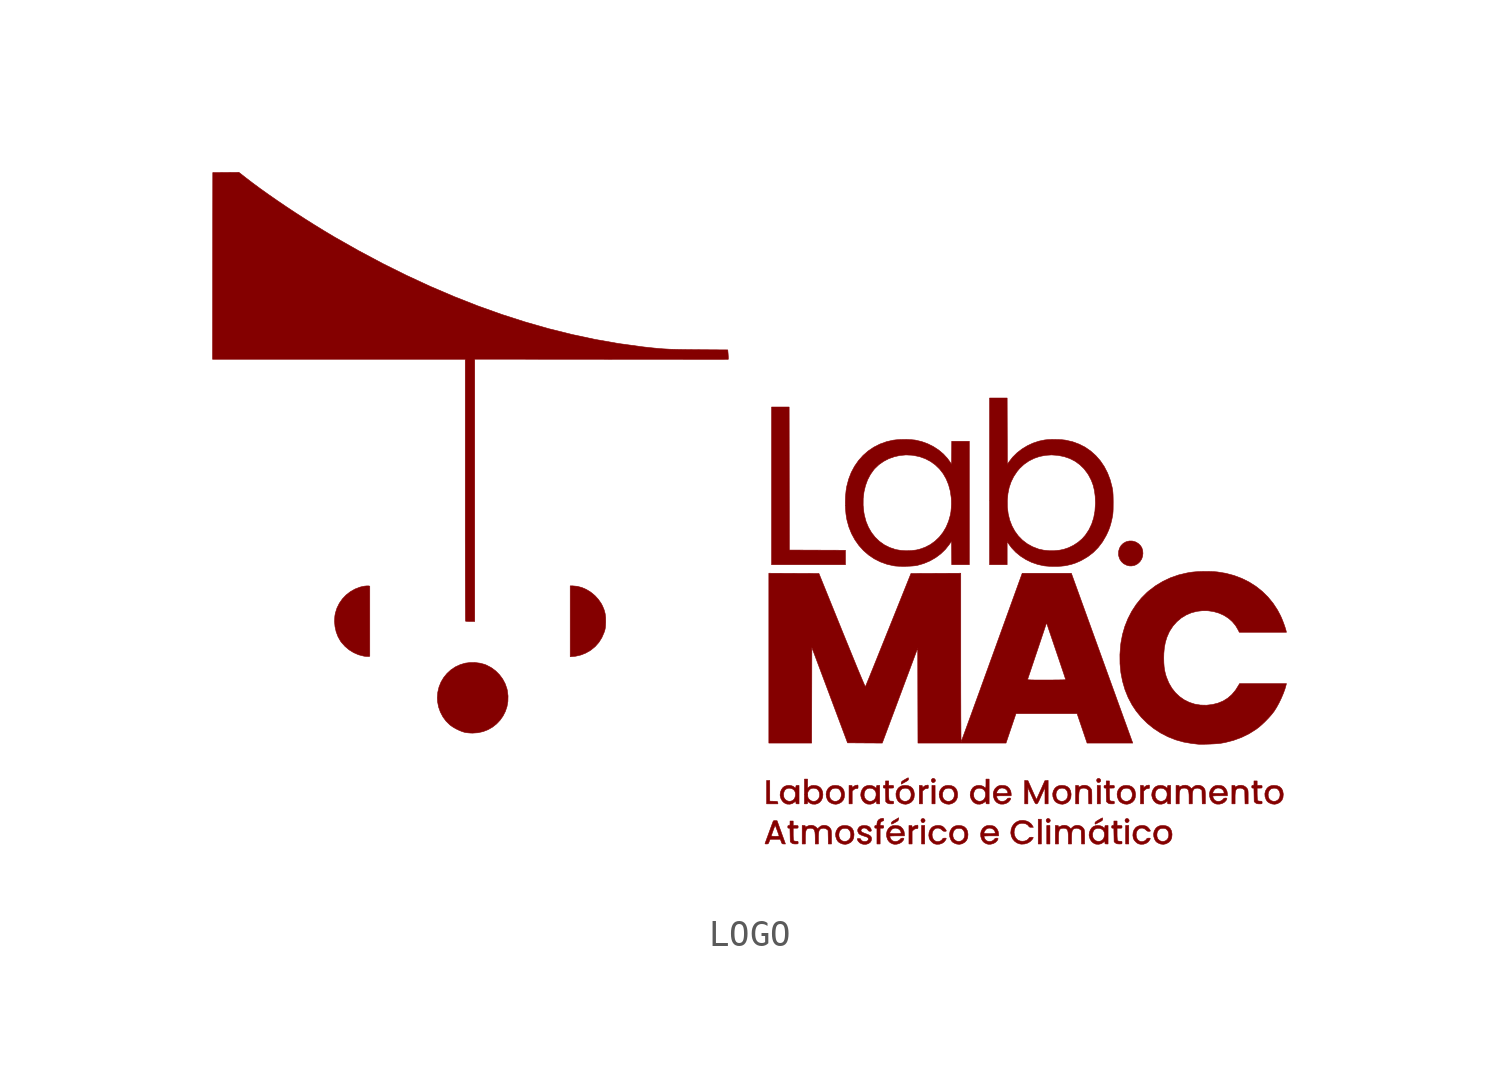
<source format=kicad_sym>
(kicad_symbol_lib
  (version 20220914)
  (generator "bitmap2component")
  (generator_version "8.0")
  (symbol "LOGO"
    (pin_names
      (offset 1.016))
    (property "Reference" "#G"
      (at 0 29.366 0)
      (effects (font (size 1.27 1.27)) hide))
    (symbol "LOGO_0_0"
      (polyline (pts (xy 3.676 -11.829) (xy 3.776 -11.773) (xy 3.788 -11.763) (xy 3.851 -11.692) (xy 3.888 -11.6) (xy 3.9 -11.485) (xy 3.899 -11.452) (xy 3.879 -11.341) (xy 3.834 -11.253) (xy 3.765 -11.188) (xy 3.673 -11.148) (xy 3.559 -11.135) (xy 3.523 -11.136) (xy 3.438 -11.146) (xy 3.372 -11.172) (xy 3.312 -11.217) (xy 3.276 -11.257) (xy 3.224 -11.348) (xy 3.201 -11.451) (xy 3.203 -11.475) (xy 3.324 -11.475) (xy 3.339 -11.393) (xy 3.373 -11.322) (xy 3.427 -11.27) (xy 3.441 -11.263) (xy 3.513 -11.242) (xy 3.591 -11.241) (xy 3.66 -11.259) (xy 3.695 -11.283) (xy 3.744 -11.343) (xy 3.772 -11.417) (xy 3.779 -11.499) (xy 3.766 -11.58) (xy 3.731 -11.651) (xy 3.674 -11.705) (xy 3.603 -11.735) (xy 3.522 -11.74) (xy 3.444 -11.716) (xy 3.381 -11.665) (xy 3.36 -11.635) (xy 3.331 -11.559) (xy 3.324 -11.475) (xy 3.203 -11.475) (xy 3.208 -11.559) (xy 3.245 -11.666) (xy 3.252 -11.678) (xy 3.286 -11.733) (xy 3.326 -11.772) (xy 3.385 -11.806) (xy 3.469 -11.839) (xy 3.574 -11.851) (xy 3.676 -11.829)) (stroke (width 0.01) (type default)) (fill (type outline)))
      (polyline (pts (xy 4.366 -11.848) (xy 4.445 -11.823) (xy 4.509 -11.78) (xy 4.551 -11.721) (xy 4.567 -11.649) (xy 4.564 -11.611) (xy 4.546 -11.56) (xy 4.507 -11.519) (xy 4.444 -11.483) (xy 4.35 -11.448) (xy 4.277 -11.422) (xy 4.21 -11.39) (xy 4.173 -11.357) (xy 4.163 -11.322) (xy 4.179 -11.283) (xy 4.205 -11.255) (xy 4.258 -11.232) (xy 4.319 -11.233) (xy 4.376 -11.256) (xy 4.421 -11.301) (xy 4.422 -11.302) (xy 4.459 -11.344) (xy 4.502 -11.357) (xy 4.52 -11.356) (xy 4.552 -11.345) (xy 4.559 -11.316) (xy 4.543 -11.264) (xy 4.527 -11.233) (xy 4.474 -11.178) (xy 4.398 -11.146) (xy 4.296 -11.135) (xy 4.259 -11.136) (xy 4.173 -11.15) (xy 4.11 -11.184) (xy 4.065 -11.238) (xy 4.044 -11.284) (xy 4.041 -11.35) (xy 4.069 -11.419) (xy 4.079 -11.434) (xy 4.101 -11.457) (xy 4.133 -11.479) (xy 4.18 -11.501) (xy 4.249 -11.526) (xy 4.345 -11.558) (xy 4.387 -11.572) (xy 4.421 -11.59) (xy 4.438 -11.611) (xy 4.444 -11.643) (xy 4.444 -11.673) (xy 4.431 -11.701) (xy 4.394 -11.726) (xy 4.386 -11.73) (xy 4.328 -11.744) (xy 4.266 -11.741) (xy 4.211 -11.723) (xy 4.172 -11.693) (xy 4.156 -11.654) (xy 4.156 -11.652) (xy 4.138 -11.636) (xy 4.088 -11.631) (xy 4.047 -11.632) (xy 4.025 -11.64) (xy 4.026 -11.663) (xy 4.047 -11.709) (xy 4.062 -11.735) (xy 4.122 -11.797) (xy 4.206 -11.837) (xy 4.277 -11.851) (xy 4.366 -11.848)) (stroke (width 0.01) (type default)) (fill (type outline)))
      (polyline (pts (xy 5.518 -11.846) (xy 5.614 -11.822) (xy 5.697 -11.776) (xy 5.76 -11.711) (xy 5.785 -11.67) (xy 5.796 -11.636) (xy 5.781 -11.619) (xy 5.74 -11.614) (xy 5.737 -11.614) (xy 5.688 -11.624) (xy 5.654 -11.658) (xy 5.624 -11.691) (xy 5.56 -11.728) (xy 5.485 -11.743) (xy 5.409 -11.735) (xy 5.341 -11.703) (xy 5.325 -11.686) (xy 5.297 -11.647) (xy 5.274 -11.602) (xy 5.261 -11.562) (xy 5.263 -11.539) (xy 5.271 -11.537) (xy 5.309 -11.534) (xy 5.371 -11.531) (xy 5.452 -11.529) (xy 5.545 -11.528) (xy 5.816 -11.528) (xy 5.815 -11.456) (xy 5.815 -11.453) (xy 5.798 -11.354) (xy 5.753 -11.264) (xy 5.686 -11.193) (xy 5.658 -11.173) (xy 5.618 -11.154) (xy 5.568 -11.143) (xy 5.497 -11.138) (xy 5.429 -11.136) (xy 5.38 -11.14) (xy 5.339 -11.153) (xy 5.293 -11.178) (xy 5.27 -11.192) (xy 5.201 -11.261) (xy 5.155 -11.348) (xy 5.14 -11.421) (xy 5.259 -11.421) (xy 5.267 -11.388) (xy 5.29 -11.344) (xy 5.322 -11.3) (xy 5.357 -11.266) (xy 5.422 -11.238) (xy 5.496 -11.234) (xy 5.569 -11.254) (xy 5.631 -11.293) (xy 5.672 -11.351) (xy 5.676 -11.36) (xy 5.687 -11.401) (xy 5.687 -11.427) (xy 5.684 -11.428) (xy 5.657 -11.434) (xy 5.605 -11.439) (xy 5.538 -11.442) (xy 5.464 -11.443) (xy 5.391 -11.442) (xy 5.328 -11.439) (xy 5.282 -11.435) (xy 5.261 -11.429) (xy 5.259 -11.421) (xy 5.14 -11.421) (xy 5.134 -11.448) (xy 5.139 -11.554) (xy 5.172 -11.658) (xy 5.206 -11.717) (xy 5.272 -11.786) (xy 5.362 -11.832) (xy 5.422 -11.847) (xy 5.518 -11.846)) (stroke (width 0.01) (type default)) (fill (type outline)))
      (polyline (pts (xy 7.149 -11.844) (xy 7.244 -11.812) (xy 7.323 -11.758) (xy 7.381 -11.681) (xy 7.395 -11.653) (xy 7.403 -11.626) (xy 7.387 -11.616) (xy 7.342 -11.614) (xy 7.312 -11.616) (xy 7.276 -11.629) (xy 7.25 -11.663) (xy 7.235 -11.684) (xy 7.182 -11.723) (xy 7.112 -11.744) (xy 7.039 -11.743) (xy 6.999 -11.731) (xy 6.939 -11.69) (xy 6.896 -11.629) (xy 6.871 -11.556) (xy 6.864 -11.477) (xy 6.876 -11.399) (xy 6.906 -11.329) (xy 6.955 -11.274) (xy 7.022 -11.239) (xy 7.1 -11.233) (xy 7.178 -11.256) (xy 7.242 -11.306) (xy 7.251 -11.317) (xy 7.293 -11.349) (xy 7.345 -11.357) (xy 7.354 -11.357) (xy 7.391 -11.352) (xy 7.406 -11.343) (xy 7.405 -11.335) (xy 7.387 -11.298) (xy 7.353 -11.253) (xy 7.312 -11.208) (xy 7.271 -11.174) (xy 7.239 -11.157) (xy 7.159 -11.136) (xy 7.068 -11.133) (xy 6.978 -11.147) (xy 6.901 -11.178) (xy 6.841 -11.224) (xy 6.785 -11.304) (xy 6.75 -11.4) (xy 6.74 -11.508) (xy 6.757 -11.619) (xy 6.76 -11.626) (xy 6.792 -11.689) (xy 6.845 -11.752) (xy 6.905 -11.804) (xy 6.965 -11.834) (xy 7.044 -11.849) (xy 7.149 -11.844)) (stroke (width 0.01) (type default)) (fill (type outline)))
      (polyline (pts (xy 8.004 -11.829) (xy 8.103 -11.773) (xy 8.116 -11.763) (xy 8.178 -11.692) (xy 8.215 -11.6) (xy 8.227 -11.485) (xy 8.226 -11.452) (xy 8.206 -11.341) (xy 8.161 -11.253) (xy 8.092 -11.188) (xy 8.001 -11.148) (xy 7.887 -11.135) (xy 7.851 -11.136) (xy 7.766 -11.146) (xy 7.699 -11.172) (xy 7.639 -11.217) (xy 7.603 -11.257) (xy 7.551 -11.348) (xy 7.528 -11.451) (xy 7.53 -11.475) (xy 7.652 -11.475) (xy 7.666 -11.393) (xy 7.701 -11.322) (xy 7.755 -11.27) (xy 7.769 -11.263) (xy 7.84 -11.242) (xy 7.919 -11.241) (xy 7.987 -11.259) (xy 8.023 -11.283) (xy 8.071 -11.343) (xy 8.1 -11.417) (xy 8.107 -11.499) (xy 8.093 -11.58) (xy 8.058 -11.651) (xy 8.001 -11.705) (xy 7.931 -11.735) (xy 7.849 -11.74) (xy 7.772 -11.716) (xy 7.708 -11.665) (xy 7.687 -11.635) (xy 7.658 -11.559) (xy 7.652 -11.475) (xy 7.53 -11.475) (xy 7.535 -11.559) (xy 7.573 -11.666) (xy 7.579 -11.678) (xy 7.613 -11.733) (xy 7.653 -11.772) (xy 7.713 -11.806) (xy 7.797 -11.839) (xy 7.902 -11.851) (xy 8.004 -11.829)) (stroke (width 0.01) (type default)) (fill (type outline)))
      (polyline (pts (xy 9.093 -11.846) (xy 9.188 -11.822) (xy 9.272 -11.776) (xy 9.335 -11.711) (xy 9.36 -11.67) (xy 9.371 -11.636) (xy 9.356 -11.619) (xy 9.315 -11.614) (xy 9.311 -11.614) (xy 9.262 -11.624) (xy 9.228 -11.658) (xy 9.199 -11.691) (xy 9.135 -11.728) (xy 9.06 -11.743) (xy 8.983 -11.735) (xy 8.916 -11.703) (xy 8.899 -11.686) (xy 8.872 -11.647) (xy 8.849 -11.602) (xy 8.836 -11.562) (xy 8.838 -11.539) (xy 8.846 -11.537) (xy 8.884 -11.534) (xy 8.946 -11.531) (xy 9.027 -11.529) (xy 9.12 -11.528) (xy 9.39 -11.528) (xy 9.39 -11.456) (xy 9.39 -11.453) (xy 9.373 -11.354) (xy 9.328 -11.264) (xy 9.261 -11.193) (xy 9.233 -11.173) (xy 9.193 -11.154) (xy 9.143 -11.143) (xy 9.072 -11.138) (xy 9.004 -11.136) (xy 8.955 -11.14) (xy 8.914 -11.153) (xy 8.867 -11.178) (xy 8.845 -11.192) (xy 8.776 -11.261) (xy 8.73 -11.348) (xy 8.715 -11.421) (xy 8.834 -11.421) (xy 8.842 -11.388) (xy 8.865 -11.344) (xy 8.897 -11.3) (xy 8.931 -11.266) (xy 8.997 -11.238) (xy 9.071 -11.234) (xy 9.144 -11.254) (xy 9.206 -11.293) (xy 9.247 -11.351) (xy 9.251 -11.36) (xy 9.262 -11.401) (xy 9.261 -11.427) (xy 9.259 -11.428) (xy 9.232 -11.434) (xy 9.18 -11.439) (xy 9.113 -11.442) (xy 9.039 -11.443) (xy 8.966 -11.442) (xy 8.902 -11.439) (xy 8.856 -11.435) (xy 8.836 -11.429) (xy 8.834 -11.421) (xy 8.715 -11.421) (xy 8.709 -11.448) (xy 8.714 -11.554) (xy 8.747 -11.658) (xy 8.78 -11.717) (xy 8.847 -11.786) (xy 8.937 -11.832) (xy 8.996 -11.847) (xy 9.093 -11.846)) (stroke (width 0.01) (type default)) (fill (type outline)))
      (polyline (pts (xy 10.38 -11.836) (xy 10.49 -11.804) (xy 10.585 -11.749) (xy 10.659 -11.675) (xy 10.674 -11.653) (xy 10.698 -11.616) (xy 10.707 -11.594) (xy 10.705 -11.59) (xy 10.679 -11.583) (xy 10.635 -11.58) (xy 10.59 -11.583) (xy 10.558 -11.596) (xy 10.535 -11.628) (xy 10.52 -11.649) (xy 10.463 -11.695) (xy 10.387 -11.723) (xy 10.301 -11.734) (xy 10.214 -11.725) (xy 10.134 -11.694) (xy 10.091 -11.663) (xy 10.032 -11.593) (xy 9.995 -11.507) (xy 9.979 -11.412) (xy 9.986 -11.316) (xy 10.014 -11.225) (xy 10.063 -11.147) (xy 10.134 -11.089) (xy 10.168 -11.073) (xy 10.252 -11.052) (xy 10.34 -11.053) (xy 10.422 -11.072) (xy 10.491 -11.11) (xy 10.537 -11.163) (xy 10.554 -11.186) (xy 10.584 -11.2) (xy 10.635 -11.203) (xy 10.711 -11.203) (xy 10.668 -11.131) (xy 10.619 -11.067) (xy 10.535 -11.003) (xy 10.434 -10.96) (xy 10.322 -10.94) (xy 10.207 -10.948) (xy 10.169 -10.957) (xy 10.062 -11.004) (xy 9.975 -11.076) (xy 9.908 -11.17) (xy 9.867 -11.282) (xy 9.853 -11.407) (xy 9.854 -11.428) (xy 9.876 -11.542) (xy 9.925 -11.645) (xy 9.998 -11.732) (xy 10.09 -11.797) (xy 10.196 -11.835) (xy 10.265 -11.844) (xy 10.38 -11.836)) (stroke (width 0.01) (type default)) (fill (type outline)))
      (polyline (pts (xy 13.29 -11.825) (xy 13.366 -11.776) (xy 13.393 -11.752) (xy 13.416 -11.737) (xy 13.425 -11.748) (xy 13.427 -11.785) (xy 13.43 -11.819) (xy 13.447 -11.833) (xy 13.487 -11.836) (xy 13.547 -11.836) (xy 13.547 -11.486) (xy 13.547 -11.135) (xy 13.487 -11.135) (xy 13.447 -11.138) (xy 13.43 -11.152) (xy 13.427 -11.186) (xy 13.427 -11.187) (xy 13.421 -11.227) (xy 13.403 -11.235) (xy 13.375 -11.211) (xy 13.32 -11.169) (xy 13.244 -11.143) (xy 13.157 -11.134) (xy 13.069 -11.144) (xy 12.991 -11.174) (xy 12.93 -11.223) (xy 12.877 -11.3) (xy 12.841 -11.39) (xy 12.828 -11.484) (xy 12.831 -11.52) (xy 12.955 -11.52) (xy 12.96 -11.43) (xy 12.992 -11.339) (xy 13.021 -11.298) (xy 13.079 -11.258) (xy 13.15 -11.24) (xy 13.225 -11.243) (xy 13.296 -11.267) (xy 13.355 -11.311) (xy 13.396 -11.374) (xy 13.409 -11.423) (xy 13.412 -11.506) (xy 13.395 -11.587) (xy 13.361 -11.656) (xy 13.311 -11.703) (xy 13.244 -11.733) (xy 13.168 -11.74) (xy 13.088 -11.717) (xy 13.023 -11.671) (xy 12.977 -11.602) (xy 12.955 -11.52) (xy 12.831 -11.52) (xy 12.832 -11.537) (xy 12.86 -11.638) (xy 12.91 -11.726) (xy 12.98 -11.794) (xy 13.064 -11.836) (xy 13.102 -11.845) (xy 13.198 -11.848) (xy 13.29 -11.825)) (stroke (width 0.01) (type default)) (fill (type outline)))
      (polyline (pts (xy 14.897 -11.844) (xy 14.992 -11.812) (xy 15.072 -11.758) (xy 15.129 -11.681) (xy 15.143 -11.653) (xy 15.151 -11.626) (xy 15.135 -11.616) (xy 15.09 -11.614) (xy 15.06 -11.616) (xy 15.025 -11.629) (xy 14.998 -11.663) (xy 14.983 -11.684) (xy 14.93 -11.723) (xy 14.861 -11.744) (xy 14.787 -11.743) (xy 14.747 -11.731) (xy 14.687 -11.69) (xy 14.644 -11.629) (xy 14.62 -11.556) (xy 14.613 -11.477) (xy 14.624 -11.399) (xy 14.654 -11.329) (xy 14.703 -11.274) (xy 14.771 -11.239) (xy 14.848 -11.233) (xy 14.926 -11.256) (xy 14.99 -11.306) (xy 14.999 -11.317) (xy 15.041 -11.349) (xy 15.094 -11.357) (xy 15.102 -11.357) (xy 15.139 -11.352) (xy 15.155 -11.343) (xy 15.153 -11.335) (xy 15.135 -11.298) (xy 15.101 -11.253) (xy 15.06 -11.208) (xy 15.019 -11.174) (xy 14.987 -11.157) (xy 14.908 -11.136) (xy 14.817 -11.133) (xy 14.726 -11.147) (xy 14.649 -11.178) (xy 14.59 -11.224) (xy 14.533 -11.304) (xy 14.499 -11.4) (xy 14.489 -11.508) (xy 14.506 -11.619) (xy 14.508 -11.626) (xy 14.541 -11.689) (xy 14.593 -11.752) (xy 14.654 -11.804) (xy 14.713 -11.834) (xy 14.793 -11.849) (xy 14.897 -11.844)) (stroke (width 0.01) (type default)) (fill (type outline)))
      (polyline (pts (xy 15.752 -11.829) (xy 15.852 -11.773) (xy 15.864 -11.763) (xy 15.927 -11.692) (xy 15.963 -11.6) (xy 15.976 -11.485) (xy 15.975 -11.452) (xy 15.955 -11.341) (xy 15.91 -11.253) (xy 15.841 -11.188) (xy 15.749 -11.148) (xy 15.635 -11.135) (xy 15.599 -11.136) (xy 15.514 -11.146) (xy 15.447 -11.172) (xy 15.387 -11.217) (xy 15.351 -11.257) (xy 15.3 -11.348) (xy 15.277 -11.451) (xy 15.278 -11.475) (xy 15.4 -11.475) (xy 15.414 -11.393) (xy 15.449 -11.322) (xy 15.503 -11.27) (xy 15.517 -11.263) (xy 15.589 -11.242) (xy 15.667 -11.241) (xy 15.736 -11.259) (xy 15.771 -11.283) (xy 15.82 -11.343) (xy 15.848 -11.417) (xy 15.855 -11.499) (xy 15.841 -11.58) (xy 15.806 -11.651) (xy 15.75 -11.705) (xy 15.679 -11.735) (xy 15.597 -11.74) (xy 15.52 -11.716) (xy 15.456 -11.665) (xy 15.435 -11.635) (xy 15.406 -11.559) (xy 15.4 -11.475) (xy 15.278 -11.475) (xy 15.284 -11.559) (xy 15.321 -11.666) (xy 15.327 -11.678) (xy 15.361 -11.733) (xy 15.402 -11.772) (xy 15.461 -11.806) (xy 15.545 -11.839) (xy 15.65 -11.851) (xy 15.752 -11.829)) (stroke (width 0.01) (type default)) (fill (type outline)))
      (polyline (pts (xy 1.24 -11.678) (xy 1.227 -11.642) (xy 1.196 -11.556) (xy 1.159 -11.454) (xy 1.12 -11.344) (xy 1.081 -11.238) (xy 0.979 -10.955) (xy 0.911 -10.95) (xy 0.882 -10.949) (xy 0.847 -10.956) (xy 0.83 -10.976) (xy 0.827 -10.985) (xy 0.813 -11.023) (xy 0.789 -11.087) (xy 0.759 -11.17) (xy 0.723 -11.267) (xy 0.684 -11.374) (xy 0.665 -11.427) (xy 0.627 -11.532) (xy 0.755 -11.532) (xy 0.763 -11.512) (xy 0.779 -11.466) (xy 0.802 -11.402) (xy 0.829 -11.326) (xy 0.856 -11.252) (xy 0.88 -11.191) (xy 0.897 -11.15) (xy 0.907 -11.135) (xy 0.915 -11.147) (xy 0.932 -11.185) (xy 0.955 -11.244) (xy 0.981 -11.316) (xy 1.004 -11.379) (xy 1.028 -11.446) (xy 1.046 -11.496) (xy 1.055 -11.521) (xy 1.056 -11.524) (xy 1.051 -11.535) (xy 1.028 -11.541) (xy 0.982 -11.545) (xy 0.907 -11.546) (xy 0.869 -11.545) (xy 0.809 -11.542) (xy 0.769 -11.538) (xy 0.755 -11.532) (xy 0.627 -11.532) (xy 0.627 -11.532) (xy 0.592 -11.626) (xy 0.564 -11.704) (xy 0.543 -11.76) (xy 0.532 -11.789) (xy 0.527 -11.802) (xy 0.522 -11.826) (xy 0.538 -11.835) (xy 0.58 -11.836) (xy 0.616 -11.835) (xy 0.64 -11.824) (xy 0.659 -11.798) (xy 0.679 -11.746) (xy 0.714 -11.657) (xy 0.908 -11.657) (xy 1.103 -11.657) (xy 1.135 -11.746) (xy 1.154 -11.795) (xy 1.171 -11.823) (xy 1.194 -11.834) (xy 1.232 -11.836) (xy 1.297 -11.836) (xy 1.24 -11.678)) (stroke (width 0.01) (type default)) (fill (type outline)))
      (polyline (pts (xy 1.692 -11.836) (xy 1.742 -11.835) (xy 1.768 -11.829) (xy 1.778 -11.813) (xy 1.779 -11.785) (xy 1.778 -11.766) (xy 1.772 -11.744) (xy 1.75 -11.735) (xy 1.702 -11.734) (xy 1.671 -11.732) (xy 1.63 -11.723) (xy 1.608 -11.7) (xy 1.608 -11.7) (xy 1.601 -11.669) (xy 1.596 -11.612) (xy 1.592 -11.538) (xy 1.591 -11.453) (xy 1.591 -11.238) (xy 1.685 -11.238) (xy 1.686 -11.238) (xy 1.739 -11.237) (xy 1.767 -11.231) (xy 1.777 -11.216) (xy 1.779 -11.186) (xy 1.779 -11.185) (xy 1.777 -11.156) (xy 1.766 -11.142) (xy 1.738 -11.136) (xy 1.685 -11.135) (xy 1.591 -11.135) (xy 1.591 -11.05) (xy 1.591 -10.964) (xy 1.531 -10.964) (xy 1.471 -10.964) (xy 1.471 -11.05) (xy 1.47 -11.084) (xy 1.466 -11.118) (xy 1.454 -11.132) (xy 1.428 -11.135) (xy 1.41 -11.136) (xy 1.39 -11.15) (xy 1.385 -11.186) (xy 1.386 -11.208) (xy 1.397 -11.232) (xy 1.427 -11.238) (xy 1.468 -11.238) (xy 1.474 -11.496) (xy 1.48 -11.754) (xy 1.528 -11.795) (xy 1.532 -11.799) (xy 1.568 -11.822) (xy 1.612 -11.833) (xy 1.677 -11.836) (xy 1.692 -11.836)) (stroke (width 0.01) (type default)) (fill (type outline)))
      (polyline (pts (xy 2.053 -11.604) (xy 2.054 -11.516) (xy 2.06 -11.415) (xy 2.073 -11.34) (xy 2.096 -11.29) (xy 2.13 -11.258) (xy 2.178 -11.242) (xy 2.241 -11.238) (xy 2.284 -11.24) (xy 2.336 -11.252) (xy 2.375 -11.28) (xy 2.401 -11.325) (xy 2.418 -11.394) (xy 2.426 -11.489) (xy 2.429 -11.613) (xy 2.429 -11.836) (xy 2.489 -11.836) (xy 2.549 -11.836) (xy 2.549 -11.612) (xy 2.549 -11.545) (xy 2.554 -11.444) (xy 2.564 -11.369) (xy 2.582 -11.316) (xy 2.608 -11.28) (xy 2.644 -11.257) (xy 2.656 -11.252) (xy 2.732 -11.237) (xy 2.807 -11.247) (xy 2.868 -11.279) (xy 2.916 -11.32) (xy 2.922 -11.578) (xy 2.927 -11.836) (xy 2.986 -11.836) (xy 3.045 -11.836) (xy 3.045 -11.579) (xy 3.044 -11.513) (xy 3.042 -11.418) (xy 3.038 -11.35) (xy 3.03 -11.303) (xy 3.019 -11.273) (xy 3.019 -11.272) (xy 2.965 -11.202) (xy 2.893 -11.154) (xy 2.81 -11.13) (xy 2.724 -11.13) (xy 2.642 -11.155) (xy 2.573 -11.207) (xy 2.521 -11.264) (xy 2.47 -11.21) (xy 2.458 -11.197) (xy 2.381 -11.147) (xy 2.293 -11.126) (xy 2.2 -11.134) (xy 2.108 -11.172) (xy 2.053 -11.206) (xy 2.053 -11.171) (xy 2.05 -11.153) (xy 2.034 -11.139) (xy 1.993 -11.135) (xy 1.933 -11.135) (xy 1.933 -11.486) (xy 1.933 -11.836) (xy 1.993 -11.836) (xy 2.053 -11.836) (xy 2.053 -11.604)) (stroke (width 0.01) (type default)) (fill (type outline)))
      (polyline (pts (xy 4.892 -11.537) (xy 4.892 -11.238) (xy 4.96 -11.238) (xy 4.975 -11.238) (xy 5.011 -11.234) (xy 5.026 -11.219) (xy 5.029 -11.186) (xy 5.029 -11.175) (xy 5.024 -11.148) (xy 5.004 -11.137) (xy 4.96 -11.135) (xy 4.946 -11.135) (xy 4.909 -11.131) (xy 4.894 -11.117) (xy 4.892 -11.084) (xy 4.893 -11.069) (xy 4.912 -11.018) (xy 4.949 -10.979) (xy 4.995 -10.964) (xy 5.003 -10.963) (xy 5.023 -10.95) (xy 5.029 -10.913) (xy 5.029 -10.91) (xy 5.024 -10.878) (xy 5.005 -10.863) (xy 4.967 -10.864) (xy 4.904 -10.88) (xy 4.885 -10.886) (xy 4.826 -10.927) (xy 4.786 -10.991) (xy 4.772 -11.071) (xy 4.77 -11.112) (xy 4.758 -11.131) (xy 4.729 -11.135) (xy 4.711 -11.136) (xy 4.691 -11.15) (xy 4.687 -11.186) (xy 4.688 -11.209) (xy 4.699 -11.232) (xy 4.729 -11.238) (xy 4.772 -11.238) (xy 4.772 -11.537) (xy 4.772 -11.836) (xy 4.832 -11.836) (xy 4.892 -11.836) (xy 4.892 -11.537)) (stroke (width 0.01) (type default)) (fill (type outline)))
      (polyline (pts (xy 6.106 -11.595) (xy 6.106 -11.355) (xy 6.156 -11.305) (xy 6.16 -11.302) (xy 6.21 -11.265) (xy 6.267 -11.255) (xy 6.288 -11.255) (xy 6.316 -11.249) (xy 6.327 -11.229) (xy 6.329 -11.184) (xy 6.329 -11.171) (xy 6.326 -11.134) (xy 6.314 -11.121) (xy 6.29 -11.124) (xy 6.263 -11.13) (xy 6.232 -11.135) (xy 6.227 -11.136) (xy 6.197 -11.151) (xy 6.159 -11.179) (xy 6.106 -11.223) (xy 6.106 -11.179) (xy 6.103 -11.152) (xy 6.087 -11.138) (xy 6.046 -11.135) (xy 5.987 -11.135) (xy 5.987 -11.486) (xy 5.987 -11.836) (xy 6.046 -11.836) (xy 6.106 -11.836) (xy 6.106 -11.595)) (stroke (width 0.01) (type default)) (fill (type outline)))
      (polyline (pts (xy 6.585 -11.486) (xy 6.585 -11.135) (xy 6.525 -11.135) (xy 6.465 -11.135) (xy 6.465 -11.486) (xy 6.465 -11.836) (xy 6.525 -11.836) (xy 6.585 -11.836) (xy 6.585 -11.486)) (stroke (width 0.01) (type default)) (fill (type outline)))
      (polyline (pts (xy 11.015 -11.366) (xy 11.015 -10.896) (xy 10.955 -10.896) (xy 10.896 -10.896) (xy 10.896 -11.366) (xy 10.896 -11.836) (xy 10.955 -11.836) (xy 11.015 -11.836) (xy 11.015 -11.366)) (stroke (width 0.01) (type default)) (fill (type outline)))
      (polyline (pts (xy 11.34 -11.486) (xy 11.34 -11.135) (xy 11.28 -11.135) (xy 11.22 -11.135) (xy 11.22 -11.486) (xy 11.22 -11.836) (xy 11.28 -11.836) (xy 11.34 -11.836) (xy 11.34 -11.486)) (stroke (width 0.01) (type default)) (fill (type outline)))
      (polyline (pts (xy 11.665 -11.604) (xy 11.666 -11.516) (xy 11.672 -11.415) (xy 11.686 -11.34) (xy 11.709 -11.29) (xy 11.743 -11.258) (xy 11.79 -11.242) (xy 11.853 -11.238) (xy 11.897 -11.24) (xy 11.949 -11.252) (xy 11.987 -11.28) (xy 12.014 -11.325) (xy 12.03 -11.394) (xy 12.039 -11.489) (xy 12.041 -11.613) (xy 12.041 -11.836) (xy 12.101 -11.836) (xy 12.161 -11.836) (xy 12.161 -11.612) (xy 12.162 -11.545) (xy 12.167 -11.444) (xy 12.177 -11.369) (xy 12.195 -11.316) (xy 12.221 -11.28) (xy 12.257 -11.257) (xy 12.269 -11.252) (xy 12.345 -11.237) (xy 12.419 -11.247) (xy 12.481 -11.279) (xy 12.529 -11.32) (xy 12.534 -11.578) (xy 12.54 -11.836) (xy 12.599 -11.836) (xy 12.657 -11.836) (xy 12.657 -11.579) (xy 12.657 -11.513) (xy 12.655 -11.418) (xy 12.65 -11.35) (xy 12.643 -11.303) (xy 12.632 -11.273) (xy 12.632 -11.272) (xy 12.578 -11.202) (xy 12.506 -11.154) (xy 12.423 -11.13) (xy 12.336 -11.13) (xy 12.255 -11.155) (xy 12.186 -11.207) (xy 12.134 -11.264) (xy 12.083 -11.21) (xy 12.07 -11.197) (xy 11.994 -11.147) (xy 11.905 -11.126) (xy 11.812 -11.134) (xy 11.721 -11.172) (xy 11.665 -11.206) (xy 11.665 -11.171) (xy 11.663 -11.153) (xy 11.646 -11.139) (xy 11.605 -11.135) (xy 11.545 -11.135) (xy 11.545 -11.486) (xy 11.545 -11.836) (xy 11.605 -11.836) (xy 11.665 -11.836) (xy 11.665 -11.604)) (stroke (width 0.01) (type default)) (fill (type outline)))
      (polyline (pts (xy 13.99 -11.836) (xy 14.04 -11.835) (xy 14.066 -11.829) (xy 14.075 -11.813) (xy 14.077 -11.785) (xy 14.076 -11.766) (xy 14.07 -11.744) (xy 14.048 -11.735) (xy 14.001 -11.734) (xy 13.969 -11.732) (xy 13.928 -11.723) (xy 13.906 -11.7) (xy 13.906 -11.7) (xy 13.899 -11.669) (xy 13.894 -11.612) (xy 13.89 -11.538) (xy 13.889 -11.453) (xy 13.889 -11.238) (xy 13.983 -11.238) (xy 13.984 -11.238) (xy 14.037 -11.237) (xy 14.065 -11.231) (xy 14.075 -11.216) (xy 14.077 -11.186) (xy 14.077 -11.185) (xy 14.075 -11.156) (xy 14.065 -11.142) (xy 14.037 -11.136) (xy 13.983 -11.135) (xy 13.889 -11.135) (xy 13.889 -11.05) (xy 13.889 -10.964) (xy 13.829 -10.964) (xy 13.769 -10.964) (xy 13.769 -11.05) (xy 13.769 -11.084) (xy 13.764 -11.118) (xy 13.752 -11.132) (xy 13.726 -11.135) (xy 13.708 -11.136) (xy 13.688 -11.15) (xy 13.684 -11.186) (xy 13.684 -11.208) (xy 13.695 -11.232) (xy 13.725 -11.238) (xy 13.767 -11.238) (xy 13.772 -11.496) (xy 13.778 -11.754) (xy 13.825 -11.795) (xy 13.83 -11.799) (xy 13.866 -11.822) (xy 13.91 -11.833) (xy 13.975 -11.836) (xy 13.99 -11.836)) (stroke (width 0.01) (type default)) (fill (type outline)))
      (polyline (pts (xy 14.333 -11.486) (xy 14.333 -11.135) (xy 14.274 -11.135) (xy 14.214 -11.135) (xy 14.214 -11.486) (xy 14.214 -11.836) (xy 14.274 -11.836) (xy 14.333 -11.836) (xy 14.333 -11.486)) (stroke (width 0.01) (type default)) (fill (type outline)))
      (polyline (pts (xy 5.335 -11.083) (xy 5.361 -11.072) (xy 5.407 -11.049) (xy 5.465 -11.018) (xy 5.484 -11.007) (xy 5.538 -10.976) (xy 5.569 -10.951) (xy 5.584 -10.927) (xy 5.59 -10.896) (xy 5.596 -10.84) (xy 5.539 -10.874) (xy 5.517 -10.887) (xy 5.46 -10.921) (xy 5.401 -10.955) (xy 5.358 -10.982) (xy 5.328 -11.012) (xy 5.319 -11.043) (xy 5.322 -11.069) (xy 5.332 -11.083) (xy 5.335 -11.083)) (stroke (width 0.01) (type default)) (fill (type outline)))
      (polyline (pts (xy 13.066 -11.082) (xy 13.096 -11.069) (xy 13.145 -11.045) (xy 13.206 -11.013) (xy 13.247 -10.992) (xy 13.297 -10.963) (xy 13.326 -10.94) (xy 13.338 -10.919) (xy 13.341 -10.894) (xy 13.339 -10.859) (xy 13.332 -10.844) (xy 13.327 -10.846) (xy 13.297 -10.862) (xy 13.248 -10.889) (xy 13.187 -10.924) (xy 13.185 -10.925) (xy 13.119 -10.965) (xy 13.077 -10.995) (xy 13.056 -11.02) (xy 13.051 -11.043) (xy 13.053 -11.069) (xy 13.061 -11.084) (xy 13.066 -11.082)) (stroke (width 0.01) (type default)) (fill (type outline)))
      (polyline (pts (xy 6.571 -11.004) (xy 6.594 -10.975) (xy 6.599 -10.931) (xy 6.569 -10.888) (xy 6.563 -10.883) (xy 6.521 -10.867) (xy 6.481 -10.876) (xy 6.452 -10.905) (xy 6.441 -10.945) (xy 6.456 -10.991) (xy 6.485 -11.021) (xy 6.526 -11.03) (xy 6.571 -11.004)) (stroke (width 0.01) (type default)) (fill (type outline)))
      (polyline (pts (xy 11.326 -11.004) (xy 11.349 -10.975) (xy 11.354 -10.931) (xy 11.324 -10.888) (xy 11.318 -10.883) (xy 11.276 -10.867) (xy 11.236 -10.876) (xy 11.207 -10.905) (xy 11.196 -10.945) (xy 11.211 -10.991) (xy 11.24 -11.021) (xy 11.281 -11.03) (xy 11.326 -11.004)) (stroke (width 0.01) (type default)) (fill (type outline)))
      (polyline (pts (xy 14.319 -11.004) (xy 14.342 -10.975) (xy 14.347 -10.931) (xy 14.318 -10.888) (xy 14.311 -10.883) (xy 14.269 -10.867) (xy 14.23 -10.876) (xy 14.201 -10.905) (xy 14.19 -10.945) (xy 14.204 -10.991) (xy 14.233 -11.021) (xy 14.274 -11.03) (xy 14.319 -11.004)) (stroke (width 0.01) (type default)) (fill (type outline)))
      (polyline (pts (xy 1.556 -10.302) (xy 1.632 -10.254) (xy 1.659 -10.23) (xy 1.682 -10.215) (xy 1.692 -10.226) (xy 1.693 -10.263) (xy 1.696 -10.297) (xy 1.713 -10.311) (xy 1.753 -10.314) (xy 1.813 -10.314) (xy 1.813 -9.963) (xy 1.813 -9.613) (xy 1.753 -9.613) (xy 1.714 -9.615) (xy 1.697 -9.63) (xy 1.693 -9.664) (xy 1.693 -9.665) (xy 1.687 -9.705) (xy 1.67 -9.713) (xy 1.641 -9.688) (xy 1.586 -9.646) (xy 1.51 -9.62) (xy 1.423 -9.612) (xy 1.336 -9.622) (xy 1.257 -9.652) (xy 1.196 -9.701) (xy 1.143 -9.777) (xy 1.108 -9.867) (xy 1.095 -9.962) (xy 1.097 -9.998) (xy 1.222 -9.998) (xy 1.226 -9.908) (xy 1.258 -9.816) (xy 1.287 -9.776) (xy 1.346 -9.736) (xy 1.416 -9.718) (xy 1.491 -9.721) (xy 1.562 -9.745) (xy 1.622 -9.789) (xy 1.662 -9.852) (xy 1.675 -9.901) (xy 1.679 -9.984) (xy 1.661 -10.065) (xy 1.627 -10.133) (xy 1.578 -10.18) (xy 1.51 -10.21) (xy 1.434 -10.218) (xy 1.355 -10.195) (xy 1.289 -10.148) (xy 1.243 -10.08) (xy 1.222 -9.998) (xy 1.097 -9.998) (xy 1.098 -10.014) (xy 1.126 -10.115) (xy 1.177 -10.203) (xy 1.246 -10.272) (xy 1.331 -10.314) (xy 1.368 -10.323) (xy 1.465 -10.326) (xy 1.556 -10.302)) (stroke (width 0.01) (type default)) (fill (type outline)))
      (polyline (pts (xy 2.522 -10.301) (xy 2.602 -10.249) (xy 2.664 -10.173) (xy 2.705 -10.077) (xy 2.719 -9.964) (xy 2.708 -9.857) (xy 2.671 -9.762) (xy 2.611 -9.688) (xy 2.529 -9.638) (xy 2.428 -9.616) (xy 2.358 -9.613) (xy 2.293 -9.619) (xy 2.241 -9.639) (xy 2.191 -9.674) (xy 2.138 -9.718) (xy 2.138 -9.546) (xy 2.138 -9.373) (xy 2.078 -9.373) (xy 2.018 -9.373) (xy 2.018 -9.844) (xy 2.018 -9.955) (xy 2.14 -9.955) (xy 2.142 -9.899) (xy 2.152 -9.858) (xy 2.175 -9.818) (xy 2.183 -9.808) (xy 2.221 -9.765) (xy 2.258 -9.737) (xy 2.273 -9.731) (xy 2.345 -9.717) (xy 2.423 -9.723) (xy 2.49 -9.748) (xy 2.498 -9.753) (xy 2.553 -9.809) (xy 2.586 -9.883) (xy 2.598 -9.964) (xy 2.586 -10.047) (xy 2.553 -10.121) (xy 2.497 -10.179) (xy 2.431 -10.211) (xy 2.349 -10.219) (xy 2.269 -10.196) (xy 2.198 -10.143) (xy 2.186 -10.13) (xy 2.161 -10.094) (xy 2.148 -10.05) (xy 2.142 -9.984) (xy 2.14 -9.955) (xy 2.018 -9.955) (xy 2.018 -10.314) (xy 2.078 -10.314) (xy 2.118 -10.311) (xy 2.135 -10.297) (xy 2.138 -10.262) (xy 2.138 -10.21) (xy 2.185 -10.254) (xy 2.188 -10.256) (xy 2.235 -10.29) (xy 2.283 -10.313) (xy 2.325 -10.323) (xy 2.429 -10.327) (xy 2.522 -10.301)) (stroke (width 0.01) (type default)) (fill (type outline)))
      (polyline (pts (xy 3.317 -10.307) (xy 3.417 -10.251) (xy 3.429 -10.241) (xy 3.492 -10.169) (xy 3.529 -10.078) (xy 3.541 -9.963) (xy 3.54 -9.93) (xy 3.52 -9.819) (xy 3.475 -9.73) (xy 3.406 -9.666) (xy 3.314 -9.626) (xy 3.2 -9.613) (xy 3.164 -9.613) (xy 3.079 -9.624) (xy 3.012 -9.65) (xy 2.953 -9.695) (xy 2.916 -9.734) (xy 2.865 -9.826) (xy 2.842 -9.929) (xy 2.843 -9.953) (xy 2.965 -9.953) (xy 2.979 -9.871) (xy 3.014 -9.8) (xy 3.068 -9.748) (xy 3.082 -9.741) (xy 3.154 -9.72) (xy 3.232 -9.718) (xy 3.301 -9.737) (xy 3.336 -9.761) (xy 3.385 -9.82) (xy 3.413 -9.895) (xy 3.42 -9.977) (xy 3.406 -10.057) (xy 3.371 -10.129) (xy 3.315 -10.183) (xy 3.244 -10.213) (xy 3.162 -10.218) (xy 3.085 -10.194) (xy 3.021 -10.143) (xy 3.001 -10.113) (xy 2.972 -10.037) (xy 2.965 -9.953) (xy 2.843 -9.953) (xy 2.849 -10.037) (xy 2.886 -10.144) (xy 2.892 -10.156) (xy 2.927 -10.211) (xy 2.967 -10.249) (xy 3.026 -10.284) (xy 3.11 -10.317) (xy 3.215 -10.329) (xy 3.317 -10.307)) (stroke (width 0.01) (type default)) (fill (type outline)))
      (polyline (pts (xy 4.618 -10.302) (xy 4.694 -10.254) (xy 4.721 -10.23) (xy 4.744 -10.215) (xy 4.753 -10.226) (xy 4.755 -10.263) (xy 4.758 -10.297) (xy 4.775 -10.311) (xy 4.815 -10.314) (xy 4.875 -10.314) (xy 4.875 -9.963) (xy 4.875 -9.613) (xy 4.815 -9.613) (xy 4.775 -9.615) (xy 4.758 -9.63) (xy 4.755 -9.664) (xy 4.755 -9.665) (xy 4.749 -9.705) (xy 4.731 -9.713) (xy 4.703 -9.688) (xy 4.648 -9.646) (xy 4.572 -9.62) (xy 4.485 -9.612) (xy 4.397 -9.622) (xy 4.319 -9.652) (xy 4.258 -9.701) (xy 4.205 -9.777) (xy 4.169 -9.867) (xy 4.157 -9.962) (xy 4.159 -9.998) (xy 4.283 -9.998) (xy 4.288 -9.908) (xy 4.32 -9.816) (xy 4.349 -9.776) (xy 4.407 -9.736) (xy 4.478 -9.718) (xy 4.553 -9.721) (xy 4.624 -9.745) (xy 4.683 -9.789) (xy 4.724 -9.852) (xy 4.737 -9.901) (xy 4.74 -9.984) (xy 4.723 -10.065) (xy 4.689 -10.133) (xy 4.639 -10.18) (xy 4.572 -10.21) (xy 4.496 -10.218) (xy 4.416 -10.195) (xy 4.351 -10.148) (xy 4.305 -10.08) (xy 4.283 -9.998) (xy 4.159 -9.998) (xy 4.16 -10.014) (xy 4.188 -10.115) (xy 4.238 -10.203) (xy 4.308 -10.272) (xy 4.392 -10.314) (xy 4.43 -10.323) (xy 4.527 -10.326) (xy 4.618 -10.302)) (stroke (width 0.01) (type default)) (fill (type outline)))
      (polyline (pts (xy 5.968 -10.307) (xy 6.068 -10.251) (xy 6.08 -10.241) (xy 6.143 -10.169) (xy 6.18 -10.078) (xy 6.192 -9.963) (xy 6.191 -9.93) (xy 6.171 -9.819) (xy 6.126 -9.73) (xy 6.057 -9.666) (xy 5.965 -9.626) (xy 5.851 -9.613) (xy 5.815 -9.613) (xy 5.731 -9.624) (xy 5.664 -9.65) (xy 5.604 -9.695) (xy 5.568 -9.734) (xy 5.516 -9.826) (xy 5.493 -9.929) (xy 5.495 -9.953) (xy 5.616 -9.953) (xy 5.631 -9.871) (xy 5.665 -9.8) (xy 5.719 -9.748) (xy 5.733 -9.741) (xy 5.805 -9.72) (xy 5.883 -9.718) (xy 5.952 -9.737) (xy 5.987 -9.761) (xy 6.036 -9.82) (xy 6.064 -9.895) (xy 6.071 -9.977) (xy 6.058 -10.057) (xy 6.022 -10.129) (xy 5.966 -10.183) (xy 5.895 -10.213) (xy 5.814 -10.218) (xy 5.736 -10.194) (xy 5.673 -10.143) (xy 5.652 -10.113) (xy 5.623 -10.037) (xy 5.616 -9.953) (xy 5.495 -9.953) (xy 5.5 -10.037) (xy 5.537 -10.144) (xy 5.543 -10.156) (xy 5.578 -10.211) (xy 5.618 -10.249) (xy 5.677 -10.284) (xy 5.761 -10.317) (xy 5.866 -10.329) (xy 5.968 -10.307)) (stroke (width 0.01) (type default)) (fill (type outline)))
      (polyline (pts (xy 7.61 -10.307) (xy 7.71 -10.251) (xy 7.722 -10.241) (xy 7.785 -10.169) (xy 7.822 -10.078) (xy 7.834 -9.963) (xy 7.833 -9.93) (xy 7.813 -9.819) (xy 7.768 -9.73) (xy 7.699 -9.666) (xy 7.607 -9.626) (xy 7.494 -9.613) (xy 7.457 -9.613) (xy 7.372 -9.624) (xy 7.306 -9.65) (xy 7.246 -9.695) (xy 7.21 -9.734) (xy 7.158 -9.826) (xy 7.135 -9.929) (xy 7.136 -9.953) (xy 7.258 -9.953) (xy 7.273 -9.871) (xy 7.307 -9.8) (xy 7.361 -9.748) (xy 7.375 -9.741) (xy 7.447 -9.72) (xy 7.525 -9.718) (xy 7.594 -9.737) (xy 7.629 -9.761) (xy 7.678 -9.82) (xy 7.706 -9.895) (xy 7.713 -9.977) (xy 7.7 -10.057) (xy 7.665 -10.129) (xy 7.608 -10.183) (xy 7.537 -10.213) (xy 7.455 -10.218) (xy 7.378 -10.194) (xy 7.315 -10.143) (xy 7.294 -10.113) (xy 7.265 -10.037) (xy 7.258 -9.953) (xy 7.136 -9.953) (xy 7.142 -10.037) (xy 7.179 -10.144) (xy 7.186 -10.156) (xy 7.22 -10.211) (xy 7.26 -10.249) (xy 7.319 -10.284) (xy 7.403 -10.317) (xy 7.508 -10.329) (xy 7.61 -10.307)) (stroke (width 0.01) (type default)) (fill (type outline)))
      (polyline (pts (xy 8.774 -10.302) (xy 8.85 -10.254) (xy 8.877 -10.23) (xy 8.9 -10.215) (xy 8.91 -10.226) (xy 8.911 -10.263) (xy 8.915 -10.297) (xy 8.931 -10.311) (xy 8.971 -10.314) (xy 9.031 -10.314) (xy 9.031 -9.844) (xy 9.031 -9.373) (xy 8.971 -9.373) (xy 8.911 -9.373) (xy 8.911 -9.544) (xy 8.911 -9.547) (xy 8.91 -9.631) (xy 8.905 -9.684) (xy 8.896 -9.709) (xy 8.881 -9.71) (xy 8.859 -9.688) (xy 8.804 -9.646) (xy 8.728 -9.62) (xy 8.642 -9.612) (xy 8.554 -9.622) (xy 8.475 -9.652) (xy 8.414 -9.701) (xy 8.361 -9.777) (xy 8.326 -9.867) (xy 8.313 -9.962) (xy 8.315 -9.998) (xy 8.44 -9.998) (xy 8.444 -9.908) (xy 8.476 -9.816) (xy 8.505 -9.776) (xy 8.564 -9.736) (xy 8.634 -9.718) (xy 8.709 -9.721) (xy 8.78 -9.745) (xy 8.84 -9.789) (xy 8.88 -9.852) (xy 8.894 -9.901) (xy 8.897 -9.984) (xy 8.88 -10.065) (xy 8.845 -10.133) (xy 8.796 -10.18) (xy 8.728 -10.21) (xy 8.652 -10.218) (xy 8.573 -10.195) (xy 8.507 -10.148) (xy 8.461 -10.08) (xy 8.44 -9.998) (xy 8.315 -9.998) (xy 8.316 -10.014) (xy 8.344 -10.115) (xy 8.395 -10.203) (xy 8.464 -10.272) (xy 8.549 -10.314) (xy 8.586 -10.323) (xy 8.683 -10.326) (xy 8.774 -10.302)) (stroke (width 0.01) (type default)) (fill (type outline)))
      (polyline (pts (xy 9.572 -10.324) (xy 9.667 -10.3) (xy 9.751 -10.254) (xy 9.814 -10.189) (xy 9.839 -10.148) (xy 9.85 -10.114) (xy 9.835 -10.096) (xy 9.794 -10.092) (xy 9.79 -10.092) (xy 9.741 -10.102) (xy 9.707 -10.136) (xy 9.678 -10.169) (xy 9.614 -10.206) (xy 9.539 -10.221) (xy 9.462 -10.213) (xy 9.395 -10.181) (xy 9.378 -10.164) (xy 9.351 -10.125) (xy 9.328 -10.08) (xy 9.315 -10.04) (xy 9.317 -10.017) (xy 9.325 -10.015) (xy 9.363 -10.011) (xy 9.425 -10.008) (xy 9.505 -10.007) (xy 9.598 -10.006) (xy 9.869 -10.006) (xy 9.869 -9.933) (xy 9.869 -9.93) (xy 9.852 -9.832) (xy 9.807 -9.742) (xy 9.74 -9.671) (xy 9.712 -9.651) (xy 9.672 -9.632) (xy 9.622 -9.621) (xy 9.55 -9.615) (xy 9.483 -9.613) (xy 9.434 -9.618) (xy 9.393 -9.631) (xy 9.346 -9.655) (xy 9.324 -9.67) (xy 9.255 -9.738) (xy 9.209 -9.826) (xy 9.194 -9.899) (xy 9.313 -9.899) (xy 9.321 -9.865) (xy 9.344 -9.822) (xy 9.376 -9.778) (xy 9.41 -9.744) (xy 9.476 -9.715) (xy 9.55 -9.712) (xy 9.623 -9.731) (xy 9.685 -9.771) (xy 9.726 -9.828) (xy 9.729 -9.838) (xy 9.741 -9.879) (xy 9.741 -9.904) (xy 9.738 -9.906) (xy 9.71 -9.912) (xy 9.659 -9.916) (xy 9.592 -9.919) (xy 9.518 -9.92) (xy 9.445 -9.919) (xy 9.381 -9.917) (xy 9.335 -9.913) (xy 9.315 -9.906) (xy 9.313 -9.899) (xy 9.194 -9.899) (xy 9.188 -9.926) (xy 9.193 -10.031) (xy 9.226 -10.136) (xy 9.259 -10.195) (xy 9.326 -10.264) (xy 9.416 -10.31) (xy 9.475 -10.324) (xy 9.572 -10.324)) (stroke (width 0.01) (type default)) (fill (type outline)))
      (polyline (pts (xy 11.921 -10.307) (xy 12.02 -10.251) (xy 12.033 -10.241) (xy 12.095 -10.169) (xy 12.132 -10.078) (xy 12.144 -9.963) (xy 12.143 -9.93) (xy 12.123 -9.819) (xy 12.078 -9.73) (xy 12.009 -9.666) (xy 11.917 -9.626) (xy 11.804 -9.613) (xy 11.768 -9.613) (xy 11.683 -9.624) (xy 11.616 -9.65) (xy 11.556 -9.695) (xy 11.52 -9.734) (xy 11.468 -9.826) (xy 11.445 -9.929) (xy 11.447 -9.953) (xy 11.568 -9.953) (xy 11.583 -9.871) (xy 11.618 -9.8) (xy 11.671 -9.748) (xy 11.685 -9.741) (xy 11.757 -9.72) (xy 11.836 -9.718) (xy 11.904 -9.737) (xy 11.94 -9.761) (xy 11.988 -9.82) (xy 12.016 -9.895) (xy 12.024 -9.977) (xy 12.01 -10.057) (xy 11.975 -10.129) (xy 11.918 -10.183) (xy 11.848 -10.213) (xy 11.766 -10.218) (xy 11.689 -10.194) (xy 11.625 -10.143) (xy 11.604 -10.113) (xy 11.575 -10.037) (xy 11.568 -9.953) (xy 11.447 -9.953) (xy 11.452 -10.037) (xy 11.49 -10.144) (xy 11.496 -10.156) (xy 11.53 -10.211) (xy 11.57 -10.249) (xy 11.63 -10.284) (xy 11.714 -10.317) (xy 11.819 -10.329) (xy 11.921 -10.307)) (stroke (width 0.01) (type default)) (fill (type outline)))
      (polyline (pts (xy 14.367 -10.307) (xy 14.466 -10.251) (xy 14.479 -10.241) (xy 14.541 -10.169) (xy 14.578 -10.078) (xy 14.59 -9.963) (xy 14.589 -9.93) (xy 14.569 -9.819) (xy 14.524 -9.73) (xy 14.455 -9.666) (xy 14.363 -9.626) (xy 14.25 -9.613) (xy 14.214 -9.613) (xy 14.129 -9.624) (xy 14.062 -9.65) (xy 14.002 -9.695) (xy 13.966 -9.734) (xy 13.914 -9.826) (xy 13.891 -9.929) (xy 13.893 -9.953) (xy 14.014 -9.953) (xy 14.029 -9.871) (xy 14.064 -9.8) (xy 14.117 -9.748) (xy 14.131 -9.741) (xy 14.203 -9.72) (xy 14.282 -9.718) (xy 14.35 -9.737) (xy 14.386 -9.761) (xy 14.434 -9.82) (xy 14.462 -9.895) (xy 14.47 -9.977) (xy 14.456 -10.057) (xy 14.421 -10.129) (xy 14.364 -10.183) (xy 14.293 -10.213) (xy 14.212 -10.218) (xy 14.135 -10.194) (xy 14.071 -10.143) (xy 14.05 -10.113) (xy 14.021 -10.037) (xy 14.014 -9.953) (xy 13.893 -9.953) (xy 13.898 -10.037) (xy 13.936 -10.144) (xy 13.942 -10.156) (xy 13.976 -10.211) (xy 14.016 -10.249) (xy 14.076 -10.284) (xy 14.16 -10.317) (xy 14.265 -10.329) (xy 14.367 -10.307)) (stroke (width 0.01) (type default)) (fill (type outline)))
      (polyline (pts (xy 15.667 -10.302) (xy 15.743 -10.254) (xy 15.77 -10.23) (xy 15.793 -10.215) (xy 15.803 -10.226) (xy 15.804 -10.263) (xy 15.808 -10.297) (xy 15.824 -10.311) (xy 15.864 -10.314) (xy 15.924 -10.314) (xy 15.924 -9.963) (xy 15.924 -9.613) (xy 15.864 -9.613) (xy 15.825 -9.615) (xy 15.808 -9.63) (xy 15.804 -9.664) (xy 15.804 -9.665) (xy 15.798 -9.705) (xy 15.781 -9.713) (xy 15.752 -9.688) (xy 15.697 -9.646) (xy 15.621 -9.62) (xy 15.535 -9.612) (xy 15.447 -9.622) (xy 15.368 -9.652) (xy 15.307 -9.701) (xy 15.254 -9.777) (xy 15.219 -9.867) (xy 15.206 -9.962) (xy 15.208 -9.998) (xy 15.333 -9.998) (xy 15.337 -9.908) (xy 15.369 -9.816) (xy 15.398 -9.776) (xy 15.457 -9.736) (xy 15.527 -9.718) (xy 15.602 -9.721) (xy 15.673 -9.745) (xy 15.733 -9.789) (xy 15.773 -9.852) (xy 15.787 -9.901) (xy 15.79 -9.984) (xy 15.773 -10.065) (xy 15.738 -10.133) (xy 15.689 -10.18) (xy 15.621 -10.21) (xy 15.545 -10.218) (xy 15.466 -10.195) (xy 15.4 -10.148) (xy 15.354 -10.08) (xy 15.333 -9.998) (xy 15.208 -9.998) (xy 15.21 -10.014) (xy 15.237 -10.115) (xy 15.288 -10.203) (xy 15.357 -10.272) (xy 15.442 -10.314) (xy 15.479 -10.323) (xy 15.576 -10.326) (xy 15.667 -10.302)) (stroke (width 0.01) (type default)) (fill (type outline)))
      (polyline (pts (xy 17.782 -10.324) (xy 17.877 -10.3) (xy 17.961 -10.254) (xy 18.024 -10.189) (xy 18.049 -10.148) (xy 18.06 -10.114) (xy 18.045 -10.096) (xy 18.004 -10.092) (xy 18 -10.092) (xy 17.951 -10.102) (xy 17.917 -10.136) (xy 17.888 -10.169) (xy 17.824 -10.206) (xy 17.749 -10.221) (xy 17.672 -10.213) (xy 17.605 -10.181) (xy 17.588 -10.164) (xy 17.561 -10.125) (xy 17.538 -10.08) (xy 17.525 -10.04) (xy 17.527 -10.017) (xy 17.535 -10.015) (xy 17.573 -10.011) (xy 17.635 -10.008) (xy 17.716 -10.007) (xy 17.808 -10.006) (xy 18.079 -10.006) (xy 18.079 -9.933) (xy 18.079 -9.93) (xy 18.062 -9.832) (xy 18.017 -9.742) (xy 17.95 -9.671) (xy 17.922 -9.651) (xy 17.882 -9.632) (xy 17.832 -9.621) (xy 17.761 -9.615) (xy 17.693 -9.613) (xy 17.644 -9.618) (xy 17.603 -9.631) (xy 17.556 -9.655) (xy 17.534 -9.67) (xy 17.465 -9.738) (xy 17.419 -9.826) (xy 17.404 -9.899) (xy 17.523 -9.899) (xy 17.531 -9.865) (xy 17.554 -9.822) (xy 17.586 -9.778) (xy 17.62 -9.744) (xy 17.686 -9.715) (xy 17.76 -9.712) (xy 17.833 -9.731) (xy 17.895 -9.771) (xy 17.936 -9.828) (xy 17.94 -9.838) (xy 17.951 -9.879) (xy 17.951 -9.904) (xy 17.948 -9.906) (xy 17.921 -9.912) (xy 17.869 -9.916) (xy 17.802 -9.919) (xy 17.728 -9.92) (xy 17.655 -9.919) (xy 17.591 -9.917) (xy 17.545 -9.913) (xy 17.525 -9.906) (xy 17.523 -9.899) (xy 17.404 -9.899) (xy 17.398 -9.926) (xy 17.403 -10.031) (xy 17.436 -10.136) (xy 17.47 -10.195) (xy 17.536 -10.264) (xy 17.626 -10.31) (xy 17.685 -10.324) (xy 17.782 -10.324)) (stroke (width 0.01) (type default)) (fill (type outline)))
      (polyline (pts (xy 19.977 -10.307) (xy 20.076 -10.251) (xy 20.089 -10.241) (xy 20.151 -10.169) (xy 20.188 -10.078) (xy 20.2 -9.963) (xy 20.199 -9.93) (xy 20.179 -9.819) (xy 20.134 -9.73) (xy 20.065 -9.666) (xy 19.974 -9.626) (xy 19.86 -9.613) (xy 19.824 -9.613) (xy 19.739 -9.624) (xy 19.672 -9.65) (xy 19.612 -9.695) (xy 19.576 -9.734) (xy 19.524 -9.826) (xy 19.501 -9.929) (xy 19.503 -9.953) (xy 19.625 -9.953) (xy 19.639 -9.871) (xy 19.674 -9.8) (xy 19.728 -9.748) (xy 19.742 -9.741) (xy 19.813 -9.72) (xy 19.892 -9.718) (xy 19.96 -9.737) (xy 19.996 -9.761) (xy 20.044 -9.82) (xy 20.073 -9.895) (xy 20.08 -9.977) (xy 20.066 -10.057) (xy 20.031 -10.129) (xy 19.974 -10.183) (xy 19.904 -10.213) (xy 19.822 -10.218) (xy 19.745 -10.194) (xy 19.681 -10.143) (xy 19.66 -10.113) (xy 19.631 -10.037) (xy 19.625 -9.953) (xy 19.503 -9.953) (xy 19.508 -10.037) (xy 19.546 -10.144) (xy 19.552 -10.156) (xy 19.586 -10.211) (xy 19.626 -10.249) (xy 19.686 -10.284) (xy 19.77 -10.317) (xy 19.875 -10.329) (xy 19.977 -10.307)) (stroke (width 0.01) (type default)) (fill (type outline)))
      (polyline (pts (xy 1.006 -10.267) (xy 1.006 -10.264) (xy 1.002 -10.242) (xy 0.991 -10.229) (xy 0.967 -10.222) (xy 0.923 -10.218) (xy 0.851 -10.215) (xy 0.701 -10.21) (xy 0.701 -9.817) (xy 0.701 -9.425) (xy 0.641 -9.425) (xy 0.582 -9.425) (xy 0.582 -9.869) (xy 0.582 -10.314) (xy 0.796 -10.314) (xy 1.011 -10.314) (xy 1.006 -10.267)) (stroke (width 0.01) (type default)) (fill (type outline)))
      (polyline (pts (xy 3.831 -10.073) (xy 3.831 -9.832) (xy 3.881 -9.782) (xy 3.885 -9.779) (xy 3.936 -9.743) (xy 3.993 -9.732) (xy 4.014 -9.732) (xy 4.042 -9.727) (xy 4.052 -9.707) (xy 4.054 -9.662) (xy 4.054 -9.649) (xy 4.051 -9.611) (xy 4.04 -9.599) (xy 4.015 -9.602) (xy 3.989 -9.608) (xy 3.957 -9.613) (xy 3.952 -9.613) (xy 3.922 -9.629) (xy 3.884 -9.657) (xy 3.831 -9.701) (xy 3.831 -9.657) (xy 3.829 -9.63) (xy 3.812 -9.616) (xy 3.772 -9.613) (xy 3.712 -9.613) (xy 3.712 -9.963) (xy 3.712 -10.314) (xy 3.772 -10.314) (xy 3.831 -10.314) (xy 3.831 -10.073)) (stroke (width 0.01) (type default)) (fill (type outline)))
      (polyline (pts (xy 5.368 -10.313) (xy 5.394 -10.306) (xy 5.404 -10.291) (xy 5.405 -10.263) (xy 5.405 -10.244) (xy 5.398 -10.222) (xy 5.376 -10.213) (xy 5.329 -10.211) (xy 5.297 -10.21) (xy 5.256 -10.201) (xy 5.234 -10.178) (xy 5.234 -10.178) (xy 5.227 -10.147) (xy 5.222 -10.09) (xy 5.218 -10.015) (xy 5.217 -9.93) (xy 5.217 -9.715) (xy 5.311 -9.715) (xy 5.312 -9.715) (xy 5.365 -9.714) (xy 5.393 -9.709) (xy 5.403 -9.693) (xy 5.405 -9.664) (xy 5.405 -9.663) (xy 5.403 -9.634) (xy 5.393 -9.619) (xy 5.365 -9.614) (xy 5.311 -9.613) (xy 5.217 -9.613) (xy 5.217 -9.527) (xy 5.217 -9.442) (xy 5.157 -9.442) (xy 5.097 -9.442) (xy 5.097 -9.527) (xy 5.097 -9.562) (xy 5.092 -9.596) (xy 5.08 -9.61) (xy 5.054 -9.613) (xy 5.036 -9.614) (xy 5.016 -9.627) (xy 5.012 -9.664) (xy 5.013 -9.685) (xy 5.023 -9.71) (xy 5.053 -9.715) (xy 5.095 -9.715) (xy 5.1 -9.973) (xy 5.106 -10.232) (xy 5.154 -10.273) (xy 5.158 -10.277) (xy 5.194 -10.3) (xy 5.239 -10.311) (xy 5.303 -10.314) (xy 5.318 -10.314) (xy 5.368 -10.313)) (stroke (width 0.01) (type default)) (fill (type outline)))
      (polyline (pts (xy 6.5 -10.073) (xy 6.5 -9.832) (xy 6.55 -9.782) (xy 6.553 -9.779) (xy 6.604 -9.743) (xy 6.661 -9.732) (xy 6.682 -9.732) (xy 6.71 -9.727) (xy 6.72 -9.707) (xy 6.722 -9.662) (xy 6.722 -9.649) (xy 6.719 -9.611) (xy 6.708 -9.599) (xy 6.684 -9.602) (xy 6.657 -9.608) (xy 6.625 -9.613) (xy 6.62 -9.613) (xy 6.59 -9.629) (xy 6.552 -9.657) (xy 6.5 -9.701) (xy 6.5 -9.657) (xy 6.497 -9.63) (xy 6.48 -9.616) (xy 6.44 -9.613) (xy 6.38 -9.613) (xy 6.38 -9.963) (xy 6.38 -10.314) (xy 6.44 -10.314) (xy 6.5 -10.314) (xy 6.5 -10.073)) (stroke (width 0.01) (type default)) (fill (type outline)))
      (polyline (pts (xy 6.979 -9.963) (xy 6.979 -9.613) (xy 6.919 -9.613) (xy 6.859 -9.613) (xy 6.859 -9.963) (xy 6.859 -10.314) (xy 6.919 -10.314) (xy 6.979 -10.314) (xy 6.979 -9.963)) (stroke (width 0.01) (type default)) (fill (type outline)))
      (polyline (pts (xy 10.502 -10.002) (xy 10.503 -9.69) (xy 10.643 -10.002) (xy 10.649 -10.015) (xy 10.696 -10.119) (xy 10.732 -10.195) (xy 10.759 -10.249) (xy 10.779 -10.283) (xy 10.796 -10.303) (xy 10.811 -10.312) (xy 10.827 -10.314) (xy 10.829 -10.314) (xy 10.845 -10.311) (xy 10.861 -10.301) (xy 10.878 -10.28) (xy 10.899 -10.243) (xy 10.927 -10.188) (xy 10.963 -10.108) (xy 11.011 -10.002) (xy 11.151 -9.69) (xy 11.152 -10.002) (xy 11.152 -10.314) (xy 11.212 -10.314) (xy 11.272 -10.314) (xy 11.272 -9.868) (xy 11.272 -9.422) (xy 11.21 -9.428) (xy 11.149 -9.433) (xy 10.989 -9.792) (xy 10.829 -10.151) (xy 10.777 -10.04) (xy 10.769 -10.021) (xy 10.739 -9.956) (xy 10.701 -9.871) (xy 10.659 -9.777) (xy 10.616 -9.681) (xy 10.506 -9.433) (xy 10.444 -9.428) (xy 10.382 -9.422) (xy 10.382 -9.868) (xy 10.382 -10.314) (xy 10.442 -10.314) (xy 10.502 -10.314) (xy 10.502 -10.002)) (stroke (width 0.01) (type default)) (fill (type outline)))
      (polyline (pts (xy 12.435 -10.082) (xy 12.436 -9.985) (xy 12.443 -9.886) (xy 12.457 -9.814) (xy 12.48 -9.765) (xy 12.515 -9.735) (xy 12.565 -9.72) (xy 12.63 -9.715) (xy 12.641 -9.716) (xy 12.704 -9.726) (xy 12.755 -9.757) (xy 12.803 -9.798) (xy 12.808 -10.056) (xy 12.814 -10.314) (xy 12.872 -10.314) (xy 12.931 -10.314) (xy 12.931 -10.051) (xy 12.931 -10.025) (xy 12.93 -9.931) (xy 12.928 -9.863) (xy 12.925 -9.815) (xy 12.918 -9.782) (xy 12.907 -9.756) (xy 12.892 -9.732) (xy 12.844 -9.677) (xy 12.765 -9.628) (xy 12.675 -9.606) (xy 12.583 -9.611) (xy 12.496 -9.646) (xy 12.435 -9.684) (xy 12.435 -9.648) (xy 12.433 -9.631) (xy 12.416 -9.616) (xy 12.375 -9.613) (xy 12.315 -9.613) (xy 12.315 -9.963) (xy 12.315 -10.314) (xy 12.375 -10.314) (xy 12.435 -10.314) (xy 12.435 -10.082)) (stroke (width 0.01) (type default)) (fill (type outline)))
      (polyline (pts (xy 13.256 -9.963) (xy 13.256 -9.613) (xy 13.196 -9.613) (xy 13.136 -9.613) (xy 13.136 -9.963) (xy 13.136 -10.314) (xy 13.196 -10.314) (xy 13.256 -10.314) (xy 13.256 -9.963)) (stroke (width 0.01) (type default)) (fill (type outline)))
      (polyline (pts (xy 13.749 -10.313) (xy 13.775 -10.306) (xy 13.785 -10.291) (xy 13.786 -10.263) (xy 13.786 -10.244) (xy 13.779 -10.222) (xy 13.757 -10.213) (xy 13.71 -10.211) (xy 13.678 -10.21) (xy 13.638 -10.201) (xy 13.616 -10.178) (xy 13.615 -10.178) (xy 13.609 -10.147) (xy 13.603 -10.09) (xy 13.599 -10.015) (xy 13.598 -9.93) (xy 13.598 -9.715) (xy 13.692 -9.715) (xy 13.694 -9.715) (xy 13.747 -9.714) (xy 13.774 -9.709) (xy 13.784 -9.693) (xy 13.786 -9.664) (xy 13.786 -9.663) (xy 13.784 -9.634) (xy 13.774 -9.619) (xy 13.746 -9.614) (xy 13.692 -9.613) (xy 13.598 -9.613) (xy 13.598 -9.527) (xy 13.598 -9.442) (xy 13.538 -9.442) (xy 13.478 -9.442) (xy 13.478 -9.527) (xy 13.478 -9.562) (xy 13.473 -9.596) (xy 13.461 -9.61) (xy 13.435 -9.613) (xy 13.417 -9.614) (xy 13.397 -9.627) (xy 13.393 -9.664) (xy 13.394 -9.685) (xy 13.405 -9.71) (xy 13.434 -9.715) (xy 13.476 -9.715) (xy 13.481 -9.973) (xy 13.487 -10.232) (xy 13.535 -10.273) (xy 13.539 -10.277) (xy 13.576 -10.3) (xy 13.62 -10.311) (xy 13.684 -10.314) (xy 13.699 -10.314) (xy 13.749 -10.313)) (stroke (width 0.01) (type default)) (fill (type outline)))
      (polyline (pts (xy 14.898 -10.073) (xy 14.898 -9.832) (xy 14.948 -9.782) (xy 14.951 -9.779) (xy 15.002 -9.743) (xy 15.059 -9.732) (xy 15.08 -9.732) (xy 15.108 -9.727) (xy 15.119 -9.707) (xy 15.12 -9.662) (xy 15.12 -9.649) (xy 15.117 -9.611) (xy 15.106 -9.599) (xy 15.082 -9.602) (xy 15.055 -9.608) (xy 15.023 -9.613) (xy 15.018 -9.613) (xy 14.989 -9.629) (xy 14.95 -9.657) (xy 14.898 -9.701) (xy 14.898 -9.657) (xy 14.895 -9.63) (xy 14.878 -9.616) (xy 14.838 -9.613) (xy 14.778 -9.613) (xy 14.778 -9.963) (xy 14.778 -10.314) (xy 14.838 -10.314) (xy 14.898 -10.314) (xy 14.898 -10.073)) (stroke (width 0.01) (type default)) (fill (type outline)))
      (polyline (pts (xy 16.249 -10.082) (xy 16.25 -9.994) (xy 16.256 -9.892) (xy 16.27 -9.818) (xy 16.293 -9.767) (xy 16.327 -9.736) (xy 16.374 -9.72) (xy 16.437 -9.715) (xy 16.48 -9.717) (xy 16.533 -9.73) (xy 16.571 -9.757) (xy 16.598 -9.803) (xy 16.614 -9.872) (xy 16.623 -9.966) (xy 16.625 -10.091) (xy 16.625 -10.314) (xy 16.685 -10.314) (xy 16.745 -10.314) (xy 16.745 -10.09) (xy 16.746 -10.023) (xy 16.75 -9.921) (xy 16.761 -9.847) (xy 16.779 -9.794) (xy 16.805 -9.758) (xy 16.841 -9.735) (xy 16.853 -9.73) (xy 16.928 -9.715) (xy 17.003 -9.724) (xy 17.065 -9.757) (xy 17.113 -9.798) (xy 17.118 -10.056) (xy 17.124 -10.314) (xy 17.183 -10.314) (xy 17.241 -10.314) (xy 17.241 -10.057) (xy 17.241 -9.991) (xy 17.239 -9.896) (xy 17.234 -9.828) (xy 17.227 -9.781) (xy 17.216 -9.75) (xy 17.215 -9.749) (xy 17.162 -9.68) (xy 17.09 -9.632) (xy 17.007 -9.607) (xy 16.921 -9.607) (xy 16.839 -9.633) (xy 16.77 -9.685) (xy 16.718 -9.742) (xy 16.667 -9.688) (xy 16.654 -9.675) (xy 16.578 -9.625) (xy 16.489 -9.604) (xy 16.396 -9.612) (xy 16.305 -9.65) (xy 16.249 -9.684) (xy 16.249 -9.648) (xy 16.247 -9.631) (xy 16.23 -9.616) (xy 16.189 -9.613) (xy 16.129 -9.613) (xy 16.129 -9.963) (xy 16.129 -10.314) (xy 16.189 -10.314) (xy 16.249 -10.314) (xy 16.249 -10.082)) (stroke (width 0.01) (type default)) (fill (type outline)))
      (polyline (pts (xy 18.37 -10.082) (xy 18.371 -9.985) (xy 18.378 -9.886) (xy 18.392 -9.814) (xy 18.415 -9.765) (xy 18.451 -9.735) (xy 18.5 -9.72) (xy 18.565 -9.715) (xy 18.576 -9.716) (xy 18.639 -9.726) (xy 18.69 -9.757) (xy 18.738 -9.798) (xy 18.743 -10.056) (xy 18.749 -10.314) (xy 18.808 -10.314) (xy 18.866 -10.314) (xy 18.866 -10.051) (xy 18.866 -10.025) (xy 18.866 -9.931) (xy 18.864 -9.863) (xy 18.86 -9.815) (xy 18.853 -9.782) (xy 18.842 -9.756) (xy 18.828 -9.732) (xy 18.779 -9.677) (xy 18.7 -9.628) (xy 18.61 -9.606) (xy 18.518 -9.611) (xy 18.432 -9.646) (xy 18.37 -9.684) (xy 18.37 -9.648) (xy 18.368 -9.631) (xy 18.351 -9.616) (xy 18.31 -9.613) (xy 18.25 -9.613) (xy 18.25 -9.963) (xy 18.25 -10.314) (xy 18.31 -10.314) (xy 18.37 -10.314) (xy 18.37 -10.082)) (stroke (width 0.01) (type default)) (fill (type outline)))
      (polyline (pts (xy 19.36 -10.313) (xy 19.386 -10.306) (xy 19.395 -10.291) (xy 19.396 -10.263) (xy 19.396 -10.244) (xy 19.389 -10.222) (xy 19.367 -10.213) (xy 19.32 -10.211) (xy 19.288 -10.21) (xy 19.248 -10.201) (xy 19.226 -10.178) (xy 19.226 -10.178) (xy 19.219 -10.147) (xy 19.213 -10.09) (xy 19.21 -10.015) (xy 19.208 -9.93) (xy 19.208 -9.715) (xy 19.302 -9.715) (xy 19.304 -9.715) (xy 19.357 -9.714) (xy 19.384 -9.709) (xy 19.395 -9.693) (xy 19.396 -9.664) (xy 19.396 -9.663) (xy 19.395 -9.634) (xy 19.384 -9.619) (xy 19.356 -9.614) (xy 19.302 -9.613) (xy 19.208 -9.613) (xy 19.208 -9.527) (xy 19.208 -9.442) (xy 19.148 -9.442) (xy 19.088 -9.442) (xy 19.088 -9.527) (xy 19.088 -9.562) (xy 19.084 -9.596) (xy 19.071 -9.61) (xy 19.046 -9.613) (xy 19.027 -9.614) (xy 19.008 -9.627) (xy 19.003 -9.664) (xy 19.004 -9.685) (xy 19.015 -9.71) (xy 19.044 -9.715) (xy 19.086 -9.715) (xy 19.091 -9.973) (xy 19.097 -10.232) (xy 19.145 -10.273) (xy 19.149 -10.277) (xy 19.186 -10.3) (xy 19.23 -10.311) (xy 19.295 -10.314) (xy 19.31 -10.314) (xy 19.36 -10.313)) (stroke (width 0.01) (type default)) (fill (type outline)))
      (polyline (pts (xy 5.833 -9.49) (xy 5.868 -9.471) (xy 5.921 -9.439) (xy 5.952 -9.415) (xy 5.966 -9.393) (xy 5.969 -9.369) (xy 5.966 -9.337) (xy 5.958 -9.322) (xy 5.955 -9.323) (xy 5.927 -9.336) (xy 5.88 -9.361) (xy 5.822 -9.395) (xy 5.803 -9.406) (xy 5.747 -9.44) (xy 5.715 -9.466) (xy 5.7 -9.489) (xy 5.696 -9.515) (xy 5.696 -9.564) (xy 5.833 -9.49)) (stroke (width 0.01) (type default)) (fill (type outline)))
      (polyline (pts (xy 6.964 -9.482) (xy 6.987 -9.453) (xy 6.992 -9.409) (xy 6.963 -9.366) (xy 6.956 -9.361) (xy 6.914 -9.344) (xy 6.875 -9.354) (xy 6.846 -9.383) (xy 6.835 -9.423) (xy 6.849 -9.468) (xy 6.878 -9.499) (xy 6.919 -9.507) (xy 6.964 -9.482)) (stroke (width 0.01) (type default)) (fill (type outline)))
      (polyline (pts (xy 13.242 -9.482) (xy 13.265 -9.453) (xy 13.269 -9.409) (xy 13.24 -9.366) (xy 13.234 -9.361) (xy 13.191 -9.344) (xy 13.152 -9.354) (xy 13.123 -9.383) (xy 13.112 -9.423) (xy 13.127 -9.468) (xy 13.156 -9.499) (xy 13.197 -9.507) (xy 13.242 -9.482)) (stroke (width 0.01) (type default)) (fill (type outline)))
      (polyline (pts (xy 17.185 -8.05) (xy 17.301 -8.047) (xy 17.423 -8.043) (xy 17.544 -8.037) (xy 17.655 -8.03) (xy 17.751 -8.022) (xy 17.823 -8.014) (xy 17.991 -7.984) (xy 18.31 -7.902) (xy 18.615 -7.79) (xy 18.903 -7.649) (xy 19.174 -7.478) (xy 19.28 -7.397) (xy 19.403 -7.29) (xy 19.529 -7.169) (xy 19.65 -7.043) (xy 19.758 -6.92) (xy 19.846 -6.808) (xy 19.853 -6.798) (xy 19.946 -6.651) (xy 20.038 -6.484) (xy 20.124 -6.306) (xy 20.201 -6.125) (xy 20.265 -5.951) (xy 20.309 -5.794) (xy 20.321 -5.747) (xy 19.43 -5.747) (xy 18.54 -5.747) (xy 18.51 -5.801) (xy 18.389 -5.995) (xy 18.249 -6.162) (xy 18.091 -6.3) (xy 17.915 -6.409) (xy 17.72 -6.489) (xy 17.506 -6.542) (xy 17.286 -6.567) (xy 17.057 -6.562) (xy 16.838 -6.526) (xy 16.632 -6.459) (xy 16.439 -6.364) (xy 16.263 -6.241) (xy 16.106 -6.092) (xy 15.968 -5.918) (xy 15.854 -5.72) (xy 15.763 -5.499) (xy 15.732 -5.4) (xy 15.699 -5.261) (xy 15.677 -5.116) (xy 15.665 -4.956) (xy 15.661 -4.772) (xy 15.665 -4.602) (xy 15.685 -4.379) (xy 15.724 -4.175) (xy 15.782 -3.986) (xy 15.86 -3.806) (xy 15.893 -3.744) (xy 16.015 -3.558) (xy 16.162 -3.394) (xy 16.328 -3.254) (xy 16.513 -3.141) (xy 16.713 -3.056) (xy 16.926 -3.002) (xy 17.125 -2.979) (xy 17.344 -2.981) (xy 17.555 -3.012) (xy 17.756 -3.07) (xy 17.942 -3.153) (xy 18.112 -3.26) (xy 18.262 -3.391) (xy 18.39 -3.543) (xy 18.491 -3.716) (xy 18.531 -3.797) (xy 19.426 -3.797) (xy 20.321 -3.797) (xy 20.309 -3.75) (xy 20.3 -3.715) (xy 20.27 -3.614) (xy 20.23 -3.498) (xy 20.184 -3.375) (xy 20.136 -3.257) (xy 20.089 -3.155) (xy 19.985 -2.958) (xy 19.816 -2.699) (xy 19.621 -2.461) (xy 19.404 -2.247) (xy 19.164 -2.056) (xy 18.904 -1.891) (xy 18.626 -1.753) (xy 18.331 -1.642) (xy 18.02 -1.559) (xy 17.695 -1.506) (xy 17.693 -1.506) (xy 17.58 -1.497) (xy 17.444 -1.491) (xy 17.293 -1.489) (xy 17.138 -1.49) (xy 16.988 -1.495) (xy 16.853 -1.503) (xy 16.742 -1.514) (xy 16.558 -1.543) (xy 16.233 -1.619) (xy 15.924 -1.726) (xy 15.631 -1.864) (xy 15.353 -2.031) (xy 15.092 -2.229) (xy 15.026 -2.286) (xy 14.81 -2.502) (xy 14.617 -2.742) (xy 14.447 -3.002) (xy 14.303 -3.281) (xy 14.185 -3.576) (xy 14.096 -3.883) (xy 14.036 -4.2) (xy 14.025 -4.285) (xy 13.998 -4.643) (xy 14.001 -4.992) (xy 14.034 -5.332) (xy 14.098 -5.661) (xy 14.19 -5.977) (xy 14.311 -6.277) (xy 14.461 -6.559) (xy 14.614 -6.789) (xy 14.814 -7.033) (xy 15.037 -7.254) (xy 15.281 -7.451) (xy 15.543 -7.622) (xy 15.822 -7.766) (xy 16.114 -7.882) (xy 16.418 -7.967) (xy 16.73 -8.021) (xy 16.763 -8.024) (xy 16.84 -8.033) (xy 16.907 -8.041) (xy 16.95 -8.046) (xy 17 -8.05) (xy 17.082 -8.051) (xy 17.185 -8.05)) (stroke (width 0.01) (type default)) (fill (type outline)))
      (polyline (pts (xy 5.332 -7.043) (xy 5.338 -7.027) (xy 5.417 -6.817) (xy 5.502 -6.589) (xy 5.591 -6.349) (xy 5.682 -6.106) (xy 5.771 -5.866) (xy 5.857 -5.636) (xy 5.936 -5.425) (xy 6.006 -5.238) (xy 6.32 -4.395) (xy 6.324 -6.2) (xy 6.329 -8.005) (xy 8.001 -8.005) (xy 9.672 -8.005) (xy 9.862 -7.444) (xy 10.051 -6.885) (xy 11.211 -6.885) (xy 12.371 -6.885) (xy 12.561 -7.445) (xy 12.751 -8.005) (xy 13.618 -8.005) (xy 14.485 -8.005) (xy 14.436 -7.872) (xy 14.436 -7.872) (xy 14.425 -7.841) (xy 14.403 -7.781) (xy 14.371 -7.691) (xy 14.328 -7.574) (xy 14.277 -7.431) (xy 14.217 -7.265) (xy 14.148 -7.077) (xy 14.073 -6.867) (xy 13.99 -6.639) (xy 13.901 -6.394) (xy 13.807 -6.132) (xy 13.707 -5.857) (xy 13.603 -5.569) (xy 13.495 -5.271) (xy 13.384 -4.963) (xy 13.27 -4.648) (xy 12.153 -1.557) (xy 11.22 -1.557) (xy 10.288 -1.557) (xy 9.136 -4.745) (xy 9.096 -4.854) (xy 8.982 -5.17) (xy 8.871 -5.476) (xy 8.831 -5.588) (xy 10.492 -5.588) (xy 10.493 -5.58) (xy 10.495 -5.577) (xy 10.506 -5.545) (xy 10.526 -5.485) (xy 10.555 -5.399) (xy 10.592 -5.29) (xy 10.636 -5.16) (xy 10.685 -5.013) (xy 10.739 -4.852) (xy 10.797 -4.678) (xy 10.859 -4.495) (xy 11.212 -3.44) (xy 11.575 -4.512) (xy 11.603 -4.595) (xy 11.664 -4.774) (xy 11.721 -4.943) (xy 11.773 -5.098) (xy 11.82 -5.238) (xy 11.861 -5.358) (xy 11.893 -5.457) (xy 11.918 -5.532) (xy 11.934 -5.579) (xy 11.939 -5.597) (xy 11.933 -5.599) (xy 11.898 -5.602) (xy 11.835 -5.604) (xy 11.746 -5.606) (xy 11.636 -5.608) (xy 11.507 -5.609) (xy 11.364 -5.61) (xy 11.21 -5.61) (xy 11.092 -5.61) (xy 10.935 -5.61) (xy 10.808 -5.61) (xy 10.707 -5.609) (xy 10.63 -5.607) (xy 10.573 -5.605) (xy 10.534 -5.602) (xy 10.509 -5.598) (xy 10.496 -5.594) (xy 10.492 -5.588) (xy 8.831 -5.588) (xy 8.764 -5.772) (xy 8.662 -6.056) (xy 8.564 -6.326) (xy 8.471 -6.581) (xy 8.385 -6.819) (xy 8.305 -7.039) (xy 8.232 -7.239) (xy 8.167 -7.418) (xy 8.11 -7.574) (xy 8.062 -7.705) (xy 8.023 -7.811) (xy 7.994 -7.889) (xy 7.976 -7.938) (xy 7.969 -7.956) (xy 7.968 -7.95) (xy 7.966 -7.915) (xy 7.965 -7.847) (xy 7.963 -7.75) (xy 7.962 -7.623) (xy 7.961 -7.47) (xy 7.96 -7.29) (xy 7.958 -7.087) (xy 7.957 -6.861) (xy 7.957 -6.613) (xy 7.956 -6.346) (xy 7.955 -6.061) (xy 7.955 -5.759) (xy 7.954 -5.442) (xy 7.954 -5.111) (xy 7.954 -4.768) (xy 7.954 -1.556) (xy 7.009 -1.561) (xy 6.064 -1.565) (xy 5.207 -3.702) (xy 5.158 -3.822) (xy 5.056 -4.077) (xy 4.957 -4.322) (xy 4.863 -4.556) (xy 4.775 -4.776) (xy 4.692 -4.982) (xy 4.616 -5.171) (xy 4.547 -5.34) (xy 4.487 -5.49) (xy 4.435 -5.617) (xy 4.393 -5.719) (xy 4.362 -5.796) (xy 4.342 -5.844) (xy 4.334 -5.862) (xy 4.333 -5.862) (xy 4.322 -5.844) (xy 4.299 -5.798) (xy 4.266 -5.724) (xy 4.222 -5.621) (xy 4.166 -5.489) (xy 4.098 -5.328) (xy 4.019 -5.138) (xy 3.929 -4.917) (xy 3.826 -4.665) (xy 3.711 -4.383) (xy 3.583 -4.07) (xy 3.443 -3.726) (xy 2.568 -1.565) (xy 1.618 -1.561) (xy 0.667 -1.556) (xy 0.667 -4.781) (xy 0.667 -8.005) (xy 1.479 -8.005) (xy 2.292 -8.005) (xy 2.296 -6.191) (xy 2.3 -4.377) (xy 2.978 -6.186) (xy 3.655 -7.996) (xy 4.314 -8.001) (xy 4.973 -8.005) (xy 5.332 -7.043)) (stroke (width 0.01) (type default)) (fill (type outline)))
      (polyline (pts (xy -10.382 -7.613) (xy -10.183 -7.569) (xy -9.997 -7.497) (xy -9.826 -7.399) (xy -9.673 -7.278) (xy -9.54 -7.138) (xy -9.428 -6.979) (xy -9.339 -6.805) (xy -9.276 -6.618) (xy -9.242 -6.421) (xy -9.237 -6.217) (xy -9.264 -6.007) (xy -9.278 -5.946) (xy -9.345 -5.752) (xy -9.442 -5.57) (xy -9.566 -5.405) (xy -9.713 -5.259) (xy -9.88 -5.137) (xy -10.066 -5.041) (xy -10.121 -5.019) (xy -10.296 -4.972) (xy -10.484 -4.948) (xy -10.675 -4.947) (xy -10.858 -4.97) (xy -11.05 -5.026) (xy -11.236 -5.112) (xy -11.404 -5.224) (xy -11.552 -5.359) (xy -11.679 -5.515) (xy -11.782 -5.688) (xy -11.858 -5.877) (xy -11.905 -6.077) (xy -11.922 -6.286) (xy -11.913 -6.434) (xy -11.874 -6.636) (xy -11.805 -6.83) (xy -11.709 -7.011) (xy -11.588 -7.175) (xy -11.444 -7.316) (xy -11.427 -7.329) (xy -11.329 -7.397) (xy -11.214 -7.464) (xy -11.092 -7.523) (xy -10.973 -7.571) (xy -10.87 -7.601) (xy -10.855 -7.604) (xy -10.774 -7.615) (xy -10.68 -7.623) (xy -10.591 -7.627) (xy -10.382 -7.613)) (stroke (width 0.01) (type default)) (fill (type outline)))
      (polyline (pts (xy -14.503 -4.714) (xy -14.487 -4.704) (xy -14.487 -4.703) (xy -14.487 -4.679) (xy -14.487 -4.623) (xy -14.487 -4.539) (xy -14.487 -4.43) (xy -14.487 -4.297) (xy -14.487 -4.143) (xy -14.487 -3.972) (xy -14.487 -3.786) (xy -14.487 -3.587) (xy -14.487 -3.378) (xy -14.487 -3.347) (xy -14.487 -3.139) (xy -14.487 -2.942) (xy -14.487 -2.758) (xy -14.487 -2.589) (xy -14.487 -2.439) (xy -14.487 -2.309) (xy -14.487 -2.203) (xy -14.487 -2.123) (xy -14.487 -2.072) (xy -14.487 -2.053) (xy -14.487 -2.052) (xy -14.505 -2.041) (xy -14.548 -2.037) (xy -14.611 -2.038) (xy -14.685 -2.046) (xy -14.764 -2.06) (xy -14.856 -2.083) (xy -15.047 -2.156) (xy -15.225 -2.257) (xy -15.386 -2.382) (xy -15.526 -2.53) (xy -15.643 -2.697) (xy -15.733 -2.879) (xy -15.794 -3.074) (xy -15.813 -3.182) (xy -15.825 -3.382) (xy -15.807 -3.584) (xy -15.763 -3.781) (xy -15.692 -3.967) (xy -15.597 -4.135) (xy -15.559 -4.186) (xy -15.424 -4.337) (xy -15.267 -4.468) (xy -15.093 -4.575) (xy -14.908 -4.654) (xy -14.717 -4.703) (xy -14.685 -4.708) (xy -14.609 -4.716) (xy -14.546 -4.718) (xy -14.503 -4.714)) (stroke (width 0.01) (type default)) (fill (type outline)))
      (polyline (pts (xy -6.736 -4.714) (xy -6.664 -4.706) (xy -6.479 -4.663) (xy -6.296 -4.592) (xy -6.125 -4.497) (xy -6.09 -4.473) (xy -5.925 -4.338) (xy -5.787 -4.181) (xy -5.675 -4.002) (xy -5.588 -3.801) (xy -5.566 -3.735) (xy -5.55 -3.672) (xy -5.54 -3.607) (xy -5.533 -3.53) (xy -5.529 -3.429) (xy -5.528 -3.411) (xy -5.53 -3.242) (xy -5.549 -3.092) (xy -5.587 -2.95) (xy -5.645 -2.808) (xy -5.695 -2.711) (xy -5.806 -2.55) (xy -5.938 -2.405) (xy -6.089 -2.28) (xy -6.253 -2.178) (xy -6.427 -2.101) (xy -6.606 -2.053) (xy -6.786 -2.036) (xy -6.876 -2.035) (xy -6.876 -3.381) (xy -6.876 -4.726) (xy -6.736 -4.714)) (stroke (width 0.01) (type default)) (fill (type outline)))
      (polyline (pts (xy -10.502 1.593) (xy -10.502 6.572) (xy -5.769 6.568) (xy -5.651 6.568) (xy -5.252 6.567) (xy -4.862 6.567) (xy -4.482 6.567) (xy -4.114 6.566) (xy -3.759 6.566) (xy -3.419 6.566) (xy -3.094 6.566) (xy -2.787 6.566) (xy -2.499 6.565) (xy -2.231 6.565) (xy -1.984 6.565) (xy -1.76 6.565) (xy -1.56 6.565) (xy -1.387 6.565) (xy -1.24 6.565) (xy -1.122 6.565) (xy -1.034 6.565) (xy -0.977 6.566) (xy -0.954 6.566) (xy -0.872 6.568) (xy -0.873 6.632) (xy -0.874 6.673) (xy -0.878 6.74) (xy -0.883 6.81) (xy -0.894 6.924) (xy -1.999 6.932) (xy -2.208 6.934) (xy -2.428 6.936) (xy -2.622 6.939) (xy -2.793 6.942) (xy -2.946 6.946) (xy -3.086 6.95) (xy -3.215 6.957) (xy -3.339 6.964) (xy -3.461 6.973) (xy -3.586 6.984) (xy -3.718 6.997) (xy -3.861 7.012) (xy -4.02 7.029) (xy -4.199 7.05) (xy -5.07 7.171) (xy -5.946 7.326) (xy -6.827 7.514) (xy -7.712 7.735) (xy -8.601 7.99) (xy -9.494 8.277) (xy -10.391 8.598) (xy -11.29 8.952) (xy -12.193 9.338) (xy -13.097 9.757) (xy -14.004 10.208) (xy -14.912 10.692) (xy -15.822 11.208) (xy -15.889 11.248) (xy -16.237 11.456) (xy -16.593 11.675) (xy -16.953 11.902) (xy -17.311 12.133) (xy -17.663 12.366) (xy -18.006 12.599) (xy -18.336 12.828) (xy -18.647 13.05) (xy -18.936 13.263) (xy -19.198 13.464) (xy -19.456 13.666) (xy -19.952 13.662) (xy -20.448 13.658) (xy -20.453 10.113) (xy -20.457 6.568) (xy -15.659 6.568) (xy -10.861 6.568) (xy -10.861 1.602) (xy -10.861 1.276) (xy -10.861 0.873) (xy -10.861 0.48) (xy -10.861 0.098) (xy -10.861 -0.271) (xy -10.86 -0.626) (xy -10.86 -0.966) (xy -10.859 -1.289) (xy -10.859 -1.594) (xy -10.858 -1.88) (xy -10.857 -2.145) (xy -10.857 -2.388) (xy -10.856 -2.608) (xy -10.855 -2.802) (xy -10.854 -2.971) (xy -10.854 -3.112) (xy -10.853 -3.225) (xy -10.852 -3.307) (xy -10.851 -3.357) (xy -10.85 -3.375) (xy -10.841 -3.378) (xy -10.802 -3.383) (xy -10.743 -3.386) (xy -10.67 -3.387) (xy -10.502 -3.387) (xy -10.502 1.593)) (stroke (width 0.01) (type default)) (fill (type outline)))
      (polyline (pts (xy 5.855 -1.293) (xy 5.989 -1.289) (xy 6.114 -1.282) (xy 6.221 -1.271) (xy 6.303 -1.258) (xy 6.548 -1.187) (xy 6.782 -1.089) (xy 6.999 -0.965) (xy 7.196 -0.818) (xy 7.37 -0.65) (xy 7.517 -0.464) (xy 7.603 -0.338) (xy 7.607 -0.785) (xy 7.612 -1.232) (xy 7.945 -1.232) (xy 8.278 -1.232) (xy 8.278 1.112) (xy 8.278 3.455) (xy 7.945 3.455) (xy 7.612 3.455) (xy 7.607 3.018) (xy 7.603 2.581) (xy 7.53 2.692) (xy 7.449 2.803) (xy 7.296 2.97) (xy 7.118 3.12) (xy 6.918 3.251) (xy 6.702 3.359) (xy 6.474 3.442) (xy 6.237 3.498) (xy 6.195 3.504) (xy 6.073 3.515) (xy 5.933 3.522) (xy 5.783 3.523) (xy 5.635 3.519) (xy 5.5 3.51) (xy 5.387 3.496) (xy 5.136 3.439) (xy 4.886 3.349) (xy 4.653 3.231) (xy 4.439 3.087) (xy 4.245 2.917) (xy 4.072 2.723) (xy 3.922 2.507) (xy 3.796 2.271) (xy 3.697 2.014) (xy 3.625 1.741) (xy 3.598 1.571) (xy 3.578 1.358) (xy 3.571 1.133) (xy 3.574 1.025) (xy 4.247 1.025) (xy 4.249 1.281) (xy 4.279 1.53) (xy 4.335 1.767) (xy 4.416 1.99) (xy 4.523 2.194) (xy 4.654 2.378) (xy 4.689 2.418) (xy 4.843 2.565) (xy 5.021 2.69) (xy 5.216 2.792) (xy 5.426 2.867) (xy 5.646 2.916) (xy 5.871 2.936) (xy 6.099 2.926) (xy 6.143 2.921) (xy 6.38 2.873) (xy 6.6 2.796) (xy 6.802 2.691) (xy 6.984 2.561) (xy 7.146 2.405) (xy 7.285 2.227) (xy 7.4 2.027) (xy 7.491 1.806) (xy 7.556 1.566) (xy 7.593 1.309) (xy 7.598 1.216) (xy 7.6 1.068) (xy 7.593 0.917) (xy 7.58 0.774) (xy 7.559 0.653) (xy 7.492 0.417) (xy 7.399 0.196) (xy 7.28 -0.005) (xy 7.138 -0.185) (xy 6.974 -0.341) (xy 6.791 -0.472) (xy 6.589 -0.575) (xy 6.371 -0.65) (xy 6.263 -0.674) (xy 6.075 -0.697) (xy 5.877 -0.703) (xy 5.681 -0.69) (xy 5.501 -0.66) (xy 5.458 -0.649) (xy 5.242 -0.575) (xy 5.043 -0.473) (xy 4.863 -0.343) (xy 4.702 -0.188) (xy 4.563 -0.01) (xy 4.448 0.189) (xy 4.357 0.409) (xy 4.294 0.646) (xy 4.273 0.765) (xy 4.247 1.025) (xy 3.574 1.025) (xy 3.577 0.908) (xy 3.595 0.693) (xy 3.626 0.499) (xy 3.631 0.472) (xy 3.705 0.202) (xy 3.807 -0.052) (xy 3.935 -0.287) (xy 4.087 -0.502) (xy 4.261 -0.695) (xy 4.457 -0.865) (xy 4.671 -1.009) (xy 4.904 -1.126) (xy 5.151 -1.215) (xy 5.413 -1.274) (xy 5.484 -1.283) (xy 5.594 -1.29) (xy 5.721 -1.293) (xy 5.855 -1.293)) (stroke (width 0.01) (type default)) (fill (type outline)))
      (polyline (pts (xy 11.62 -1.296) (xy 11.764 -1.288) (xy 11.887 -1.275) (xy 11.986 -1.258) (xy 12.158 -1.218) (xy 12.317 -1.166) (xy 12.479 -1.096) (xy 12.551 -1.06) (xy 12.783 -0.923) (xy 12.99 -0.763) (xy 13.172 -0.579) (xy 13.331 -0.371) (xy 13.468 -0.137) (xy 13.507 -0.058) (xy 13.569 0.078) (xy 13.617 0.209) (xy 13.658 0.349) (xy 13.696 0.51) (xy 13.7 0.53) (xy 13.714 0.602) (xy 13.725 0.666) (xy 13.732 0.729) (xy 13.737 0.798) (xy 13.74 0.88) (xy 13.741 0.982) (xy 13.742 1.112) (xy 13.742 1.178) (xy 13.74 1.312) (xy 13.737 1.421) (xy 13.731 1.51) (xy 13.723 1.586) (xy 13.712 1.655) (xy 13.7 1.714) (xy 13.626 1.994) (xy 13.526 2.255) (xy 13.401 2.496) (xy 13.253 2.714) (xy 13.082 2.91) (xy 12.891 3.081) (xy 12.68 3.227) (xy 12.45 3.345) (xy 12.203 3.436) (xy 11.94 3.496) (xy 11.91 3.501) (xy 11.797 3.513) (xy 11.664 3.52) (xy 11.521 3.523) (xy 11.38 3.522) (xy 11.25 3.516) (xy 11.142 3.505) (xy 10.924 3.46) (xy 10.698 3.385) (xy 10.481 3.284) (xy 10.276 3.159) (xy 10.089 3.014) (xy 9.925 2.851) (xy 9.788 2.675) (xy 9.724 2.577) (xy 9.719 3.837) (xy 9.715 5.097) (xy 9.382 5.097) (xy 9.048 5.097) (xy 9.048 1.933) (xy 9.048 1.214) (xy 9.721 1.214) (xy 9.745 1.466) (xy 9.792 1.699) (xy 9.865 1.913) (xy 9.964 2.114) (xy 10.091 2.305) (xy 10.187 2.421) (xy 10.351 2.575) (xy 10.534 2.703) (xy 10.733 2.804) (xy 10.946 2.877) (xy 11.169 2.921) (xy 11.401 2.936) (xy 11.639 2.92) (xy 11.879 2.873) (xy 12.088 2.802) (xy 12.289 2.7) (xy 12.471 2.569) (xy 12.632 2.413) (xy 12.77 2.232) (xy 12.816 2.157) (xy 12.911 1.975) (xy 12.982 1.786) (xy 13.03 1.584) (xy 13.059 1.363) (xy 13.068 1.118) (xy 13.067 1.074) (xy 13.049 0.802) (xy 13.002 0.548) (xy 12.926 0.311) (xy 12.821 0.092) (xy 12.686 -0.111) (xy 12.562 -0.25) (xy 12.408 -0.382) (xy 12.234 -0.496) (xy 12.048 -0.587) (xy 11.856 -0.651) (xy 11.712 -0.68) (xy 11.511 -0.701) (xy 11.305 -0.701) (xy 11.105 -0.681) (xy 10.922 -0.642) (xy 10.899 -0.635) (xy 10.679 -0.55) (xy 10.479 -0.439) (xy 10.299 -0.302) (xy 10.142 -0.143) (xy 10.008 0.039) (xy 9.898 0.241) (xy 9.813 0.461) (xy 9.755 0.698) (xy 9.724 0.949) (xy 9.721 1.214) (xy 9.048 1.214) (xy 9.048 -1.232) (xy 9.382 -1.232) (xy 9.715 -1.232) (xy 9.715 -0.791) (xy 9.715 -0.351) (xy 9.795 -0.471) (xy 9.885 -0.592) (xy 10.043 -0.759) (xy 10.224 -0.907) (xy 10.426 -1.036) (xy 10.644 -1.142) (xy 10.873 -1.221) (xy 11.109 -1.273) (xy 11.174 -1.281) (xy 11.313 -1.292) (xy 11.465 -1.297) (xy 11.62 -1.296)) (stroke (width 0.01) (type default)) (fill (type outline)))
      (polyline (pts (xy 14.549 -1.258) (xy 14.571 -1.25) (xy 14.671 -1.197) (xy 14.757 -1.117) (xy 14.823 -1.016) (xy 14.856 -0.919) (xy 14.871 -0.805) (xy 14.862 -0.692) (xy 14.831 -0.592) (xy 14.78 -0.511) (xy 14.695 -0.427) (xy 14.591 -0.367) (xy 14.475 -0.334) (xy 14.352 -0.332) (xy 14.352 -0.332) (xy 14.231 -0.362) (xy 14.127 -0.42) (xy 14.044 -0.501) (xy 13.984 -0.602) (xy 13.949 -0.718) (xy 13.944 -0.847) (xy 13.952 -0.9) (xy 13.99 -1.016) (xy 14.055 -1.116) (xy 14.143 -1.196) (xy 14.251 -1.25) (xy 14.353 -1.277) (xy 14.447 -1.279) (xy 14.549 -1.258)) (stroke (width 0.01) (type default)) (fill (type outline)))
      (polyline (pts (xy 3.575 -0.958) (xy 3.575 -0.684) (xy 2.51 -0.68) (xy 1.445 -0.676) (xy 1.441 2.04) (xy 1.437 4.755) (xy 1.103 4.755) (xy 0.77 4.755) (xy 0.77 1.762) (xy 0.77 -1.232) (xy 2.172 -1.232) (xy 3.575 -1.232) (xy 3.575 -0.958)) (stroke (width 0.01) (type default)) (fill (type outline))))))
</source>
